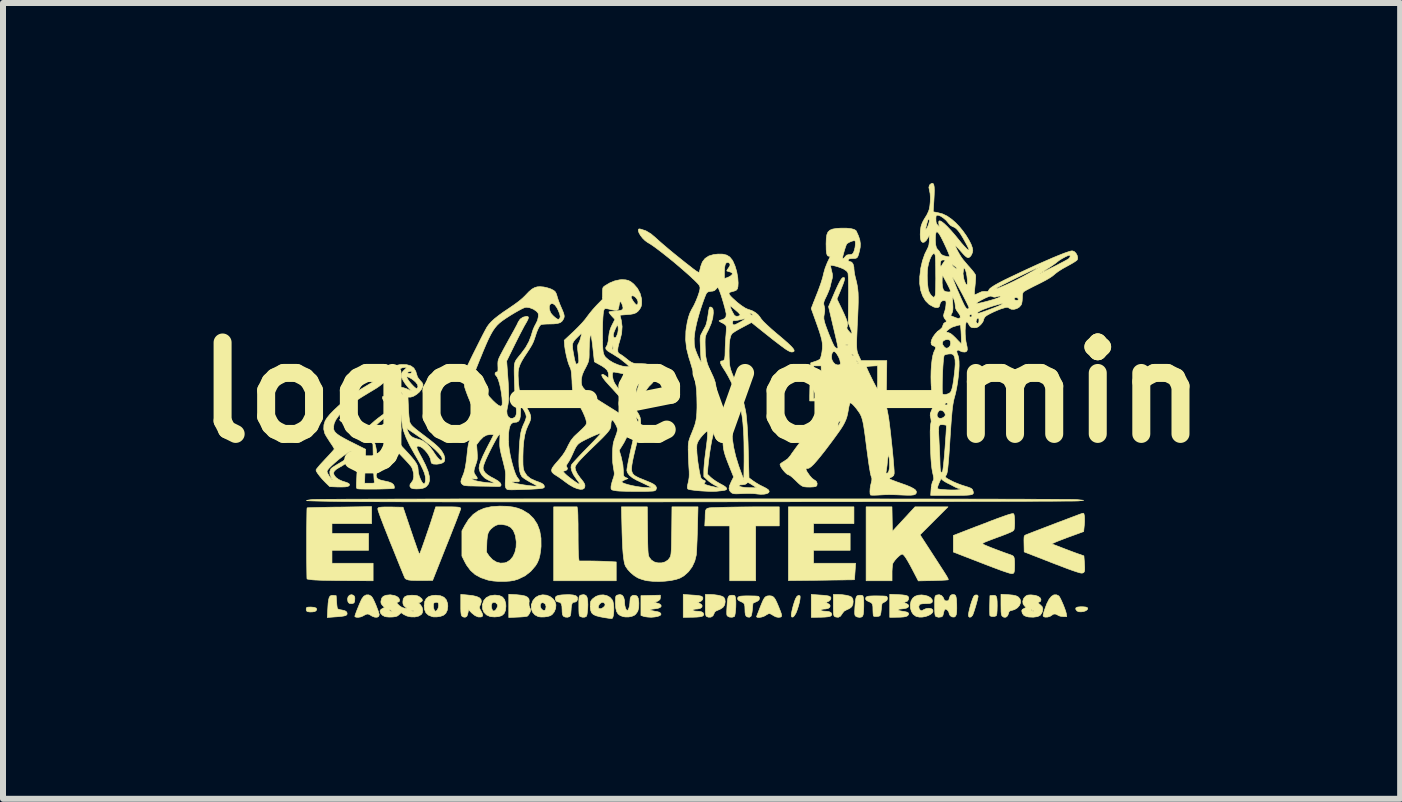
<source format=kicad_pcb>
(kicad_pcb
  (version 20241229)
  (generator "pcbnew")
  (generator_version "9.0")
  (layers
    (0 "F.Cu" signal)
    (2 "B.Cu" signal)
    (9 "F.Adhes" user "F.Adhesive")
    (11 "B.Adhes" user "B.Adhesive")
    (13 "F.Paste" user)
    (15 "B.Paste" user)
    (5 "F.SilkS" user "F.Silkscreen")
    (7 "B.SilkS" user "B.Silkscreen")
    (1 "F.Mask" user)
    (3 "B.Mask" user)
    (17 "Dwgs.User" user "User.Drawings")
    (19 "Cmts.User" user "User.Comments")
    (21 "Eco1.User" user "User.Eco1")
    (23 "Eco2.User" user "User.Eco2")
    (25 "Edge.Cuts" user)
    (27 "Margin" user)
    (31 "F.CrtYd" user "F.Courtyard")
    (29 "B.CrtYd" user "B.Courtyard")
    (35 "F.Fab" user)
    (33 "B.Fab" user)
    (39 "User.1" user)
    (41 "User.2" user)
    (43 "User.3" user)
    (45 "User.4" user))
  (footprint "logo-evo-min"
    (layer "F.Cu")
    (at 8.643 3.493)
    (property "Reference" "logo-evo-min" (at 0 0 0) (layer "F.SilkS") (effects (font (size 1.524 1.524) (thickness 0.3))))
    (attr through_hole)
    (fp_poly (pts (xy -6.457 3.58) (xy -6.424 3.592) (xy -6.413 3.612) (xy -6.425 3.637) (xy -6.448 3.65) (xy -6.486 3.656) (xy -6.528 3.657) (xy -6.564 3.652) (xy -6.577 3.646) (xy -6.588 3.627) (xy -6.589 3.605) (xy -6.585 3.588) (xy -6.573 3.579) (xy -6.548 3.576) (xy -6.51 3.575) (xy -6.457 3.58)) (stroke (width 0.01) (type solid)) (fill yes) (layer "F.SilkS"))
    (fp_poly (pts (xy -5.811 3.375) (xy -5.788 3.392) (xy -5.779 3.42) (xy -5.779 3.434) (xy -5.782 3.48) (xy -5.793 3.506) (xy -5.816 3.516) (xy -5.837 3.518) (xy -5.87 3.514) (xy -5.888 3.497) (xy -5.894 3.484) (xy -5.901 3.441) (xy -5.891 3.404) (xy -5.868 3.378) (xy -5.837 3.369) (xy -5.811 3.375)) (stroke (width 0.01) (type solid)) (fill yes) (layer "F.SilkS"))
    (fp_poly (pts (xy 6.363 3.571) (xy 6.405 3.575) (xy 6.428 3.583) (xy 6.437 3.597) (xy 6.437 3.598) (xy 6.429 3.619) (xy 6.404 3.637) (xy 6.367 3.65) (xy 6.326 3.655) (xy 6.287 3.653) (xy 6.258 3.64) (xy 6.256 3.638) (xy 6.236 3.609) (xy 6.24 3.589) (xy 6.268 3.575) (xy 6.318 3.57) (xy 6.363 3.571)) (stroke (width 0.01) (type solid)) (fill yes) (layer "F.SilkS"))
    (fp_poly (pts (xy -3.087 3.369) (xy -3.002 3.378) (xy -2.94 3.391) (xy -2.899 3.412) (xy -2.877 3.44) (xy -2.872 3.478) (xy -2.876 3.504) (xy -2.875 3.548) (xy -2.863 3.584) (xy -2.85 3.615) (xy -2.849 3.639) (xy -2.861 3.668) (xy -2.863 3.674) (xy -2.882 3.705) (xy -2.902 3.726) (xy -2.906 3.728) (xy -2.927 3.732) (xy -2.967 3.737) (xy -3.02 3.741) (xy -3.07 3.743) (xy -3.213 3.75) (xy -3.213 3.362) (xy -3.087 3.369)) (stroke (width 0.01) (type solid)) (fill yes) (layer "F.SilkS"))
    (fp_poly (pts (xy 1.636 3.385) (xy 1.641 3.388) (xy 1.644 3.407) (xy 1.641 3.444) (xy 1.632 3.493) (xy 1.618 3.548) (xy 1.601 3.604) (xy 1.583 3.654) (xy 1.57 3.683) (xy 1.545 3.722) (xy 1.523 3.742) (xy 1.505 3.741) (xy 1.496 3.723) (xy 1.496 3.7) (xy 1.503 3.658) (xy 1.514 3.606) (xy 1.529 3.549) (xy 1.546 3.494) (xy 1.562 3.448) (xy 1.566 3.438) (xy 1.588 3.4) (xy 1.613 3.381) (xy 1.636 3.385)) (stroke (width 0.01) (type solid)) (fill yes) (layer "F.SilkS"))
    (fp_poly (pts (xy 4.901 3.386) (xy 4.915 3.404) (xy 4.923 3.436) (xy 4.927 3.486) (xy 4.928 3.555) (xy 4.926 3.633) (xy 4.922 3.687) (xy 4.915 3.715) (xy 4.912 3.719) (xy 4.889 3.73) (xy 4.857 3.733) (xy 4.826 3.73) (xy 4.807 3.719) (xy 4.806 3.717) (xy 4.804 3.699) (xy 4.803 3.66) (xy 4.802 3.608) (xy 4.803 3.546) (xy 4.803 3.543) (xy 4.807 3.385) (xy 4.849 3.381) (xy 4.88 3.38) (xy 4.901 3.386)) (stroke (width 0.01) (type solid)) (fill yes) (layer "F.SilkS"))
    (fp_poly (pts (xy 1.295 2.223) (xy 0.902 2.223) (xy 0.902 3.137) (xy 0.47 3.137) (xy 0.47 2.223) (xy 0.054 2.223) (xy 0.06 2.099) (xy 0.061 2.04) (xy 0.063 1.995) (xy 0.068 1.964) (xy 0.08 1.942) (xy 0.101 1.929) (xy 0.135 1.921) (xy 0.186 1.918) (xy 0.255 1.916) (xy 0.333 1.913) (xy 0.42 1.911) (xy 0.526 1.909) (xy 0.642 1.907) (xy 0.762 1.906) (xy 0.878 1.905) (xy 0.943 1.905) (xy 1.295 1.905) (xy 1.295 2.223)) (stroke (width 0.01) (type solid)) (fill yes) (layer "F.SilkS"))
    (fp_poly (pts (xy -2.065 1.964) (xy -2.063 1.993) (xy -2.061 2.043) (xy -2.06 2.11) (xy -2.058 2.19) (xy -2.058 2.278) (xy -2.057 2.356) (xy -2.057 2.449) (xy -2.056 2.536) (xy -2.055 2.614) (xy -2.053 2.679) (xy -2.051 2.726) (xy -2.049 2.748) (xy -2.041 2.807) (xy -1.886 2.807) (xy -1.805 2.808) (xy -1.712 2.81) (xy -1.622 2.813) (xy -1.577 2.815) (xy -1.422 2.823) (xy -1.422 3.137) (xy -2.464 3.137) (xy -2.464 1.905) (xy -2.074 1.905) (xy -2.065 1.964)) (stroke (width 0.01) (type solid)) (fill yes) (layer "F.SilkS"))
    (fp_poly (pts (xy 2.54 2.184) (xy 1.867 2.184) (xy 1.867 2.349) (xy 2.477 2.349) (xy 2.477 2.629) (xy 1.867 2.629) (xy 1.867 2.845) (xy 2.568 2.845) (xy 2.559 2.981) (xy 2.555 3.037) (xy 2.552 3.082) (xy 2.549 3.111) (xy 2.548 3.119) (xy 2.536 3.12) (xy 2.5 3.121) (xy 2.444 3.121) (xy 2.371 3.123) (xy 2.283 3.124) (xy 2.182 3.125) (xy 2.072 3.127) (xy 1.997 3.128) (xy 1.448 3.134) (xy 1.448 1.905) (xy 2.54 1.905) (xy 2.54 2.184)) (stroke (width 0.01) (type solid)) (fill yes) (layer "F.SilkS"))
    (fp_poly (pts (xy 4.596 3.375) (xy 4.609 3.39) (xy 4.61 3.395) (xy 4.606 3.421) (xy 4.596 3.463) (xy 4.582 3.516) (xy 4.565 3.574) (xy 4.548 3.629) (xy 4.532 3.676) (xy 4.52 3.708) (xy 4.516 3.715) (xy 4.492 3.74) (xy 4.468 3.745) (xy 4.451 3.73) (xy 4.45 3.727) (xy 4.448 3.703) (xy 4.455 3.66) (xy 4.467 3.607) (xy 4.482 3.548) (xy 4.5 3.49) (xy 4.518 3.439) (xy 4.535 3.401) (xy 4.546 3.385) (xy 4.571 3.373) (xy 4.596 3.375)) (stroke (width 0.01) (type solid)) (fill yes) (layer "F.SilkS"))
    (fp_poly (pts (xy 5.114 3.369) (xy 5.189 3.376) (xy 5.243 3.388) (xy 5.28 3.408) (xy 5.304 3.435) (xy 5.314 3.458) (xy 5.317 3.502) (xy 5.3 3.547) (xy 5.266 3.587) (xy 5.218 3.617) (xy 5.171 3.631) (xy 5.139 3.64) (xy 5.123 3.658) (xy 5.117 3.682) (xy 5.1 3.722) (xy 5.073 3.744) (xy 5.04 3.745) (xy 5.011 3.727) (xy 5.003 3.714) (xy 4.997 3.691) (xy 4.993 3.656) (xy 4.992 3.604) (xy 4.991 3.534) (xy 4.991 3.362) (xy 5.114 3.369)) (stroke (width 0.01) (type solid)) (fill yes) (layer "F.SilkS"))
    (fp_poly (pts (xy 0.208 3.369) (xy 0.274 3.378) (xy 0.328 3.391) (xy 0.365 3.408) (xy 0.371 3.412) (xy 0.389 3.445) (xy 0.394 3.487) (xy 0.385 3.54) (xy 0.357 3.581) (xy 0.307 3.613) (xy 0.277 3.625) (xy 0.239 3.642) (xy 0.218 3.66) (xy 0.209 3.684) (xy 0.19 3.722) (xy 0.156 3.743) (xy 0.115 3.744) (xy 0.086 3.733) (xy 0.077 3.725) (xy 0.071 3.71) (xy 0.067 3.685) (xy 0.064 3.646) (xy 0.064 3.587) (xy 0.064 3.543) (xy 0.064 3.365) (xy 0.138 3.365) (xy 0.208 3.369)) (stroke (width 0.01) (type solid)) (fill yes) (layer "F.SilkS"))
    (fp_poly (pts (xy 0.54 3.38) (xy 0.556 3.39) (xy 0.565 3.415) (xy 0.566 3.423) (xy 0.571 3.465) (xy 0.572 3.517) (xy 0.571 3.575) (xy 0.567 3.632) (xy 0.561 3.682) (xy 0.554 3.718) (xy 0.546 3.734) (xy 0.509 3.745) (xy 0.466 3.742) (xy 0.439 3.729) (xy 0.428 3.72) (xy 0.422 3.706) (xy 0.42 3.682) (xy 0.42 3.644) (xy 0.423 3.587) (xy 0.424 3.569) (xy 0.429 3.496) (xy 0.435 3.444) (xy 0.444 3.41) (xy 0.458 3.39) (xy 0.477 3.381) (xy 0.505 3.378) (xy 0.508 3.378) (xy 0.54 3.38)) (stroke (width 0.01) (type solid)) (fill yes) (layer "F.SilkS"))
    (fp_poly (pts (xy -6.137 3.381) (xy -6.09 3.385) (xy -6.083 3.486) (xy -6.079 3.536) (xy -6.074 3.576) (xy -6.069 3.6) (xy -6.068 3.602) (xy -6.051 3.612) (xy -6.017 3.621) (xy -5.996 3.624) (xy -5.943 3.637) (xy -5.913 3.659) (xy -5.907 3.689) (xy -5.908 3.691) (xy -5.914 3.705) (xy -5.931 3.716) (xy -5.961 3.724) (xy -6.007 3.731) (xy -6.074 3.737) (xy -6.107 3.739) (xy -6.238 3.749) (xy -6.229 3.592) (xy -6.224 3.512) (xy -6.216 3.454) (xy -6.206 3.416) (xy -6.191 3.392) (xy -6.169 3.382) (xy -6.141 3.38) (xy -6.137 3.381)) (stroke (width 0.01) (type solid)) (fill yes) (layer "F.SilkS"))
    (fp_poly (pts (xy 2.342 3.369) (xy 2.407 3.378) (xy 2.462 3.391) (xy 2.499 3.408) (xy 2.504 3.412) (xy 2.522 3.442) (xy 2.527 3.485) (xy 2.522 3.53) (xy 2.505 3.567) (xy 2.504 3.569) (xy 2.478 3.591) (xy 2.44 3.612) (xy 2.425 3.618) (xy 2.379 3.642) (xy 2.351 3.675) (xy 2.347 3.682) (xy 2.316 3.727) (xy 2.279 3.746) (xy 2.237 3.741) (xy 2.219 3.733) (xy 2.21 3.725) (xy 2.204 3.71) (xy 2.2 3.685) (xy 2.198 3.646) (xy 2.197 3.587) (xy 2.197 3.543) (xy 2.197 3.365) (xy 2.272 3.365) (xy 2.342 3.369)) (stroke (width 0.01) (type solid)) (fill yes) (layer "F.SilkS"))
    (fp_poly (pts (xy -1.946 3.373) (xy -1.923 3.386) (xy -1.909 3.411) (xy -1.901 3.442) (xy -1.897 3.484) (xy -1.895 3.538) (xy -1.897 3.595) (xy -1.902 3.65) (xy -1.908 3.696) (xy -1.916 3.724) (xy -1.919 3.729) (xy -1.945 3.743) (xy -1.982 3.745) (xy -2.018 3.735) (xy -2.022 3.733) (xy -2.032 3.725) (xy -2.038 3.709) (xy -2.042 3.683) (xy -2.044 3.642) (xy -2.045 3.581) (xy -2.045 3.555) (xy -2.045 3.488) (xy -2.044 3.442) (xy -2.041 3.412) (xy -2.036 3.394) (xy -2.028 3.384) (xy -2.016 3.377) (xy -2.012 3.376) (xy -1.968 3.368) (xy -1.946 3.373)) (stroke (width 0.01) (type solid)) (fill yes) (layer "F.SilkS"))
    (fp_poly (pts (xy 2.674 3.38) (xy 2.69 3.39) (xy 2.698 3.415) (xy 2.699 3.422) (xy 2.702 3.453) (xy 2.704 3.502) (xy 2.704 3.56) (xy 2.703 3.594) (xy 2.7 3.658) (xy 2.694 3.702) (xy 2.684 3.728) (xy 2.667 3.741) (xy 2.641 3.746) (xy 2.628 3.746) (xy 2.593 3.74) (xy 2.572 3.729) (xy 2.562 3.72) (xy 2.556 3.706) (xy 2.553 3.682) (xy 2.553 3.644) (xy 2.556 3.587) (xy 2.557 3.569) (xy 2.563 3.496) (xy 2.569 3.444) (xy 2.578 3.41) (xy 2.591 3.39) (xy 2.611 3.381) (xy 2.638 3.378) (xy 2.641 3.378) (xy 2.674 3.38)) (stroke (width 0.01) (type solid)) (fill yes) (layer "F.SilkS"))
    (fp_poly (pts (xy 5.954 3.389) (xy 5.967 3.406) (xy 5.986 3.441) (xy 6.008 3.489) (xy 6.031 3.542) (xy 6.052 3.596) (xy 6.069 3.644) (xy 6.079 3.68) (xy 6.08 3.686) (xy 6.087 3.734) (xy 6.031 3.734) (xy 5.99 3.73) (xy 5.956 3.72) (xy 5.95 3.716) (xy 5.906 3.693) (xy 5.871 3.691) (xy 5.841 3.709) (xy 5.809 3.73) (xy 5.767 3.742) (xy 5.726 3.743) (xy 5.703 3.735) (xy 5.695 3.726) (xy 5.693 3.71) (xy 5.699 3.682) (xy 5.712 3.637) (xy 5.719 3.617) (xy 5.755 3.519) (xy 5.793 3.445) (xy 5.832 3.397) (xy 5.873 3.372) (xy 5.916 3.371) (xy 5.954 3.389)) (stroke (width 0.01) (type solid)) (fill yes) (layer "F.SilkS"))
    (fp_poly (pts (xy -5.507 3.393) (xy -5.488 3.415) (xy -5.472 3.443) (xy -5.451 3.487) (xy -5.428 3.54) (xy -5.407 3.595) (xy -5.388 3.645) (xy -5.376 3.685) (xy -5.372 3.705) (xy -5.382 3.732) (xy -5.408 3.745) (xy -5.446 3.744) (xy -5.489 3.728) (xy -5.512 3.714) (xy -5.541 3.697) (xy -5.564 3.691) (xy -5.591 3.696) (xy -5.628 3.715) (xy -5.652 3.728) (xy -5.683 3.74) (xy -5.72 3.746) (xy -5.753 3.745) (xy -5.774 3.738) (xy -5.779 3.73) (xy -5.774 3.711) (xy -5.761 3.674) (xy -5.743 3.626) (xy -5.721 3.572) (xy -5.699 3.518) (xy -5.678 3.471) (xy -5.662 3.438) (xy -5.63 3.395) (xy -5.59 3.373) (xy -5.547 3.372) (xy -5.507 3.393)) (stroke (width 0.01) (type solid)) (fill yes) (layer "F.SilkS"))
    (fp_poly (pts (xy -3.915 3.373) (xy -3.821 3.383) (xy -3.75 3.399) (xy -3.703 3.42) (xy -3.676 3.448) (xy -3.67 3.483) (xy -3.682 3.527) (xy -3.69 3.545) (xy -3.701 3.569) (xy -3.702 3.589) (xy -3.691 3.614) (xy -3.677 3.638) (xy -3.654 3.684) (xy -3.647 3.714) (xy -3.656 3.733) (xy -3.677 3.741) (xy -3.723 3.74) (xy -3.775 3.718) (xy -3.829 3.675) (xy -3.836 3.668) (xy -3.883 3.619) (xy -3.892 3.667) (xy -3.901 3.703) (xy -3.912 3.728) (xy -3.914 3.731) (xy -3.941 3.745) (xy -3.973 3.74) (xy -3.993 3.727) (xy -4.002 3.713) (xy -4.007 3.691) (xy -4.011 3.656) (xy -4.013 3.603) (xy -4.013 3.536) (xy -4.013 3.364) (xy -3.915 3.373)) (stroke (width 0.01) (type solid)) (fill yes) (layer "F.SilkS"))
    (fp_poly (pts (xy -2.14 3.374) (xy -2.094 3.387) (xy -2.071 3.408) (xy -2.07 3.41) (xy -2.066 3.446) (xy -2.079 3.476) (xy -2.105 3.492) (xy -2.113 3.493) (xy -2.138 3.496) (xy -2.155 3.511) (xy -2.165 3.54) (xy -2.172 3.588) (xy -2.174 3.623) (xy -2.179 3.682) (xy -2.187 3.718) (xy -2.197 3.734) (xy -2.233 3.745) (xy -2.273 3.742) (xy -2.304 3.727) (xy -2.317 3.702) (xy -2.323 3.659) (xy -2.324 3.624) (xy -2.327 3.561) (xy -2.338 3.52) (xy -2.357 3.498) (xy -2.379 3.493) (xy -2.416 3.482) (xy -2.436 3.454) (xy -2.438 3.434) (xy -2.434 3.409) (xy -2.416 3.392) (xy -2.383 3.38) (xy -2.33 3.373) (xy -2.297 3.371) (xy -2.208 3.368) (xy -2.14 3.374)) (stroke (width 0.01) (type solid)) (fill yes) (layer "F.SilkS"))
    (fp_poly (pts (xy -0.686 3.416) (xy -0.692 3.447) (xy -0.716 3.469) (xy -0.723 3.473) (xy -0.756 3.487) (xy -0.784 3.494) (xy -0.786 3.497) (xy -0.768 3.502) (xy -0.75 3.506) (xy -0.701 3.522) (xy -0.676 3.542) (xy -0.673 3.563) (xy -0.691 3.583) (xy -0.731 3.598) (xy -0.774 3.604) (xy -0.824 3.61) (xy -0.849 3.617) (xy -0.85 3.626) (xy -0.826 3.635) (xy -0.778 3.645) (xy -0.744 3.65) (xy -0.701 3.662) (xy -0.679 3.681) (xy -0.677 3.702) (xy -0.694 3.717) (xy -0.73 3.731) (xy -0.778 3.74) (xy -0.834 3.745) (xy -0.845 3.745) (xy -0.895 3.742) (xy -0.942 3.736) (xy -0.965 3.73) (xy -1.01 3.715) (xy -1.01 3.385) (xy -0.848 3.381) (xy -0.686 3.377) (xy -0.686 3.416)) (stroke (width 0.01) (type solid)) (fill yes) (layer "F.SilkS"))
    (fp_poly (pts (xy 0.846 3.39) (xy 0.898 3.391) (xy 0.935 3.394) (xy 0.952 3.397) (xy 0.952 3.397) (xy 0.963 3.415) (xy 0.965 3.434) (xy 0.958 3.456) (xy 0.934 3.476) (xy 0.911 3.487) (xy 0.857 3.512) (xy 0.848 3.611) (xy 0.842 3.661) (xy 0.834 3.702) (xy 0.826 3.726) (xy 0.824 3.729) (xy 0.797 3.745) (xy 0.764 3.74) (xy 0.744 3.727) (xy 0.731 3.703) (xy 0.725 3.661) (xy 0.724 3.622) (xy 0.722 3.566) (xy 0.715 3.53) (xy 0.7 3.507) (xy 0.673 3.492) (xy 0.66 3.487) (xy 0.62 3.467) (xy 0.601 3.443) (xy 0.604 3.418) (xy 0.611 3.409) (xy 0.625 3.4) (xy 0.648 3.394) (xy 0.684 3.391) (xy 0.739 3.389) (xy 0.786 3.389) (xy 0.846 3.39)) (stroke (width 0.01) (type solid)) (fill yes) (layer "F.SilkS"))
    (fp_poly (pts (xy 3.277 3.368) (xy 3.351 3.373) (xy 3.402 3.38) (xy 3.434 3.391) (xy 3.45 3.409) (xy 3.452 3.433) (xy 3.449 3.447) (xy 3.434 3.475) (xy 3.402 3.488) (xy 3.4 3.489) (xy 3.36 3.497) (xy 3.404 3.512) (xy 3.44 3.531) (xy 3.453 3.554) (xy 3.444 3.576) (xy 3.415 3.593) (xy 3.373 3.602) (xy 3.328 3.607) (xy 3.326 3.607) (xy 3.294 3.61) (xy 3.278 3.617) (xy 3.277 3.619) (xy 3.282 3.628) (xy 3.3 3.636) (xy 3.336 3.643) (xy 3.383 3.65) (xy 3.429 3.661) (xy 3.451 3.677) (xy 3.45 3.7) (xy 3.447 3.705) (xy 3.431 3.722) (xy 3.406 3.733) (xy 3.368 3.74) (xy 3.312 3.744) (xy 3.254 3.745) (xy 3.137 3.747) (xy 3.137 3.362) (xy 3.277 3.368)) (stroke (width 0.01) (type solid)) (fill yes) (layer "F.SilkS"))
    (fp_poly (pts (xy -2.584 3.377) (xy -2.525 3.4) (xy -2.474 3.44) (xy -2.442 3.485) (xy -2.427 3.539) (xy -2.432 3.598) (xy -2.454 3.654) (xy -2.49 3.699) (xy -2.52 3.719) (xy -2.563 3.732) (xy -2.619 3.74) (xy -2.676 3.741) (xy -2.721 3.735) (xy -2.723 3.734) (xy -2.778 3.705) (xy -2.817 3.66) (xy -2.837 3.604) (xy -2.837 3.541) (xy -2.836 3.538) (xy -2.688 3.538) (xy -2.687 3.57) (xy -2.674 3.599) (xy -2.654 3.621) (xy -2.63 3.632) (xy -2.609 3.627) (xy -2.599 3.612) (xy -2.591 3.568) (xy -2.602 3.53) (xy -2.618 3.513) (xy -2.65 3.5) (xy -2.675 3.511) (xy -2.688 3.538) (xy -2.836 3.538) (xy -2.815 3.477) (xy -2.806 3.461) (xy -2.764 3.413) (xy -2.709 3.383) (xy -2.648 3.371) (xy -2.584 3.377)) (stroke (width 0.01) (type solid)) (fill yes) (layer "F.SilkS"))
    (fp_poly (pts (xy -4.351 3.387) (xy -4.293 3.412) (xy -4.254 3.455) (xy -4.233 3.515) (xy -4.229 3.56) (xy -4.238 3.628) (xy -4.263 3.68) (xy -4.303 3.713) (xy -4.352 3.73) (xy -4.411 3.739) (xy -4.468 3.739) (xy -4.489 3.735) (xy -4.552 3.71) (xy -4.594 3.671) (xy -4.617 3.616) (xy -4.623 3.556) (xy -4.622 3.551) (xy -4.47 3.551) (xy -4.466 3.592) (xy -4.454 3.626) (xy -4.438 3.644) (xy -4.433 3.645) (xy -4.417 3.636) (xy -4.401 3.617) (xy -4.388 3.586) (xy -4.382 3.549) (xy -4.385 3.516) (xy -4.395 3.498) (xy -4.417 3.495) (xy -4.439 3.498) (xy -4.461 3.508) (xy -4.469 3.529) (xy -4.47 3.551) (xy -4.622 3.551) (xy -4.615 3.486) (xy -4.59 3.435) (xy -4.547 3.4) (xy -4.485 3.382) (xy -4.428 3.378) (xy -4.351 3.387)) (stroke (width 0.01) (type solid)) (fill yes) (layer "F.SilkS"))
    (fp_poly (pts (xy -3.368 3.384) (xy -3.316 3.409) (xy -3.282 3.453) (xy -3.264 3.515) (xy -3.261 3.561) (xy -3.268 3.632) (xy -3.291 3.684) (xy -3.328 3.717) (xy -3.329 3.718) (xy -3.383 3.734) (xy -3.449 3.74) (xy -3.512 3.735) (xy -3.524 3.733) (xy -3.584 3.706) (xy -3.627 3.663) (xy -3.65 3.606) (xy -3.652 3.539) (xy -3.652 3.534) (xy -3.503 3.534) (xy -3.502 3.577) (xy -3.492 3.613) (xy -3.475 3.639) (xy -3.453 3.64) (xy -3.428 3.619) (xy -3.413 3.595) (xy -3.4 3.563) (xy -3.4 3.541) (xy -3.409 3.525) (xy -3.436 3.499) (xy -3.468 3.496) (xy -3.487 3.506) (xy -3.503 3.534) (xy -3.652 3.534) (xy -3.651 3.531) (xy -3.629 3.466) (xy -3.589 3.419) (xy -3.53 3.388) (xy -3.454 3.376) (xy -3.438 3.376) (xy -3.368 3.384)) (stroke (width 0.01) (type solid)) (fill yes) (layer "F.SilkS"))
    (fp_poly (pts (xy -0.175 3.374) (xy -0.1 3.379) (xy -0.046 3.385) (xy -0.011 3.392) (xy 0.01 3.402) (xy 0.02 3.415) (xy 0.023 3.425) (xy 0.016 3.453) (xy -0.009 3.477) (xy -0.043 3.492) (xy -0.057 3.493) (xy -0.066 3.497) (xy -0.051 3.506) (xy -0.038 3.51) (xy -0.002 3.531) (xy 0.011 3.555) (xy 0.004 3.579) (xy -0.022 3.598) (xy -0.066 3.607) (xy -0.075 3.607) (xy -0.113 3.61) (xy -0.138 3.618) (xy -0.145 3.627) (xy -0.133 3.637) (xy -0.108 3.642) (xy -0.07 3.645) (xy -0.059 3.645) (xy -0.009 3.651) (xy 0.024 3.668) (xy 0.037 3.693) (xy 0.036 3.703) (xy 0.028 3.718) (xy 0.009 3.73) (xy -0.024 3.737) (xy -0.075 3.742) (xy -0.147 3.745) (xy -0.175 3.745) (xy -0.305 3.747) (xy -0.305 3.365) (xy -0.175 3.374)) (stroke (width 0.01) (type solid)) (fill yes) (layer "F.SilkS"))
    (fp_poly (pts (xy 1.959 3.374) (xy 2.034 3.379) (xy 2.087 3.385) (xy 2.122 3.392) (xy 2.143 3.402) (xy 2.154 3.415) (xy 2.157 3.425) (xy 2.149 3.453) (xy 2.124 3.477) (xy 2.09 3.492) (xy 2.077 3.493) (xy 2.067 3.497) (xy 2.083 3.506) (xy 2.095 3.51) (xy 2.131 3.531) (xy 2.144 3.555) (xy 2.137 3.579) (xy 2.111 3.598) (xy 2.068 3.607) (xy 2.058 3.607) (xy 2.021 3.61) (xy 1.996 3.618) (xy 1.988 3.627) (xy 2 3.637) (xy 2.026 3.642) (xy 2.064 3.645) (xy 2.075 3.645) (xy 2.125 3.651) (xy 2.158 3.668) (xy 2.17 3.693) (xy 2.17 3.703) (xy 2.162 3.718) (xy 2.143 3.73) (xy 2.11 3.737) (xy 2.059 3.742) (xy 1.987 3.745) (xy 1.959 3.745) (xy 1.829 3.747) (xy 1.829 3.365) (xy 1.959 3.374)) (stroke (width 0.01) (type solid)) (fill yes) (layer "F.SilkS"))
    (fp_poly (pts (xy 1.161 3.39) (xy 1.186 3.398) (xy 1.208 3.417) (xy 1.23 3.448) (xy 1.254 3.497) (xy 1.283 3.565) (xy 1.289 3.58) (xy 1.315 3.645) (xy 1.331 3.691) (xy 1.335 3.72) (xy 1.329 3.737) (xy 1.311 3.744) (xy 1.282 3.746) (xy 1.276 3.746) (xy 1.239 3.739) (xy 1.2 3.719) (xy 1.194 3.715) (xy 1.162 3.695) (xy 1.136 3.684) (xy 1.13 3.683) (xy 1.108 3.69) (xy 1.076 3.708) (xy 1.067 3.715) (xy 1.036 3.731) (xy 1 3.742) (xy 0.963 3.748) (xy 0.934 3.747) (xy 0.918 3.739) (xy 0.918 3.731) (xy 0.925 3.713) (xy 0.939 3.677) (xy 0.958 3.628) (xy 0.977 3.579) (xy 1.006 3.507) (xy 1.029 3.455) (xy 1.05 3.421) (xy 1.071 3.401) (xy 1.094 3.391) (xy 1.122 3.388) (xy 1.129 3.387) (xy 1.161 3.39)) (stroke (width 0.01) (type solid)) (fill yes) (layer "F.SilkS"))
    (fp_poly (pts (xy 3.724 3.38) (xy 3.776 3.395) (xy 3.818 3.42) (xy 3.843 3.45) (xy 3.848 3.474) (xy 3.844 3.495) (xy 3.828 3.508) (xy 3.798 3.515) (xy 3.747 3.518) (xy 3.729 3.518) (xy 3.684 3.52) (xy 3.649 3.526) (xy 3.635 3.533) (xy 3.621 3.563) (xy 3.625 3.598) (xy 3.642 3.623) (xy 3.659 3.636) (xy 3.676 3.635) (xy 3.702 3.619) (xy 3.743 3.601) (xy 3.787 3.595) (xy 3.826 3.6) (xy 3.848 3.614) (xy 3.859 3.641) (xy 3.848 3.669) (xy 3.821 3.694) (xy 3.781 3.716) (xy 3.733 3.733) (xy 3.68 3.742) (xy 3.628 3.742) (xy 3.581 3.732) (xy 3.572 3.728) (xy 3.528 3.696) (xy 3.498 3.648) (xy 3.482 3.592) (xy 3.48 3.532) (xy 3.492 3.475) (xy 3.519 3.428) (xy 3.558 3.396) (xy 3.61 3.378) (xy 3.667 3.373) (xy 3.724 3.38)) (stroke (width 0.01) (type solid)) (fill yes) (layer "F.SilkS"))
    (fp_poly (pts (xy -1.323 3.378) (xy -1.298 3.411) (xy -1.284 3.465) (xy -1.283 3.498) (xy -1.279 3.548) (xy -1.268 3.591) (xy -1.254 3.621) (xy -1.238 3.632) (xy -1.223 3.621) (xy -1.21 3.59) (xy -1.199 3.548) (xy -1.194 3.501) (xy -1.194 3.49) (xy -1.189 3.433) (xy -1.174 3.398) (xy -1.147 3.381) (xy -1.126 3.378) (xy -1.092 3.383) (xy -1.069 3.399) (xy -1.055 3.43) (xy -1.047 3.481) (xy -1.045 3.509) (xy -1.047 3.586) (xy -1.063 3.646) (xy -1.096 3.692) (xy -1.118 3.711) (xy -1.159 3.729) (xy -1.213 3.74) (xy -1.271 3.74) (xy -1.305 3.735) (xy -1.355 3.717) (xy -1.391 3.69) (xy -1.415 3.651) (xy -1.429 3.595) (xy -1.435 3.52) (xy -1.435 3.489) (xy -1.434 3.439) (xy -1.432 3.408) (xy -1.425 3.391) (xy -1.413 3.38) (xy -1.404 3.376) (xy -1.359 3.366) (xy -1.323 3.378)) (stroke (width 0.01) (type solid)) (fill yes) (layer "F.SilkS"))
    (fp_poly (pts (xy 2.98 3.39) (xy 3.032 3.391) (xy 3.069 3.394) (xy 3.086 3.397) (xy 3.086 3.397) (xy 3.096 3.415) (xy 3.099 3.436) (xy 3.089 3.464) (xy 3.059 3.487) (xy 3.058 3.487) (xy 3.029 3.503) (xy 3.011 3.513) (xy 3.01 3.514) (xy 3.006 3.528) (xy 3.002 3.561) (xy 2.997 3.607) (xy 2.996 3.615) (xy 2.989 3.673) (xy 2.979 3.71) (xy 2.971 3.722) (xy 2.946 3.73) (xy 2.911 3.733) (xy 2.88 3.731) (xy 2.866 3.725) (xy 2.862 3.709) (xy 2.859 3.675) (xy 2.857 3.63) (xy 2.857 3.627) (xy 2.856 3.57) (xy 2.849 3.533) (xy 2.835 3.509) (xy 2.811 3.494) (xy 2.793 3.487) (xy 2.753 3.467) (xy 2.734 3.443) (xy 2.738 3.418) (xy 2.745 3.409) (xy 2.759 3.4) (xy 2.782 3.394) (xy 2.818 3.391) (xy 2.873 3.389) (xy 2.919 3.389) (xy 2.98 3.39)) (stroke (width 0.01) (type solid)) (fill yes) (layer "F.SilkS"))
    (fp_poly (pts (xy -1.577 3.385) (xy -1.526 3.413) (xy -1.489 3.455) (xy -1.477 3.48) (xy -1.468 3.522) (xy -1.463 3.573) (xy -1.462 3.628) (xy -1.465 3.681) (xy -1.472 3.726) (xy -1.482 3.756) (xy -1.493 3.766) (xy -1.51 3.766) (xy -1.546 3.762) (xy -1.593 3.755) (xy -1.608 3.753) (xy -1.694 3.737) (xy -1.758 3.72) (xy -1.803 3.699) (xy -1.832 3.671) (xy -1.847 3.633) (xy -1.854 3.584) (xy -1.854 3.566) (xy -1.721 3.566) (xy -1.718 3.591) (xy -1.7 3.604) (xy -1.672 3.602) (xy -1.639 3.582) (xy -1.631 3.575) (xy -1.61 3.551) (xy -1.608 3.531) (xy -1.613 3.517) (xy -1.635 3.497) (xy -1.664 3.498) (xy -1.695 3.52) (xy -1.704 3.531) (xy -1.721 3.566) (xy -1.854 3.566) (xy -1.854 3.559) (xy -1.853 3.513) (xy -1.848 3.483) (xy -1.835 3.46) (xy -1.812 3.435) (xy -1.759 3.397) (xy -1.699 3.376) (xy -1.637 3.372) (xy -1.577 3.385)) (stroke (width 0.01) (type solid)) (fill yes) (layer "F.SilkS"))
    (fp_poly (pts (xy 3.181 2.313) (xy 3.37 2.109) (xy 3.558 1.905) (xy 4.108 1.905) (xy 3.875 2.138) (xy 3.642 2.371) (xy 3.864 2.713) (xy 3.93 2.815) (xy 3.984 2.899) (xy 4.027 2.965) (xy 4.059 3.016) (xy 4.083 3.054) (xy 4.098 3.081) (xy 4.108 3.1) (xy 4.112 3.111) (xy 4.112 3.118) (xy 4.11 3.121) (xy 4.095 3.123) (xy 4.06 3.126) (xy 4.007 3.129) (xy 3.94 3.131) (xy 3.865 3.134) (xy 3.858 3.134) (xy 3.613 3.139) (xy 3.532 2.983) (xy 3.481 2.886) (xy 3.439 2.811) (xy 3.405 2.755) (xy 3.378 2.718) (xy 3.357 2.698) (xy 3.343 2.692) (xy 3.321 2.702) (xy 3.29 2.726) (xy 3.255 2.759) (xy 3.223 2.796) (xy 3.198 2.831) (xy 3.188 2.849) (xy 3.183 2.877) (xy 3.178 2.923) (xy 3.175 2.979) (xy 3.175 3.011) (xy 3.175 3.137) (xy 2.743 3.137) (xy 2.743 1.905) (xy 3.174 1.905) (xy 3.181 2.313)) (stroke (width 0.01) (type solid)) (fill yes) (layer "F.SilkS"))
    (fp_poly (pts (xy -5.499 2.184) (xy -6.16 2.184) (xy -6.16 2.349) (xy -5.55 2.349) (xy -5.55 2.629) (xy -6.16 2.629) (xy -6.16 2.845) (xy -5.474 2.845) (xy -5.474 3.137) (xy -5.883 3.135) (xy -5.99 3.134) (xy -6.096 3.133) (xy -6.196 3.131) (xy -6.285 3.13) (xy -6.36 3.128) (xy -6.415 3.125) (xy -6.429 3.125) (xy -6.486 3.121) (xy -6.533 3.115) (xy -6.564 3.11) (xy -6.575 3.107) (xy -6.577 3.093) (xy -6.578 3.056) (xy -6.579 3.001) (xy -6.58 2.929) (xy -6.581 2.844) (xy -6.582 2.749) (xy -6.582 2.647) (xy -6.582 2.541) (xy -6.582 2.435) (xy -6.582 2.331) (xy -6.581 2.232) (xy -6.58 2.142) (xy -6.579 2.063) (xy -6.578 1.998) (xy -6.577 1.952) (xy -6.575 1.926) (xy -6.574 1.922) (xy -6.561 1.92) (xy -6.524 1.919) (xy -6.468 1.917) (xy -6.394 1.915) (xy -6.306 1.913) (xy -6.205 1.911) (xy -6.095 1.909) (xy -6.034 1.909) (xy -5.499 1.901) (xy -5.499 2.184)) (stroke (width 0.01) (type solid)) (fill yes) (layer "F.SilkS"))
    (fp_poly (pts (xy 5.498 3.373) (xy 5.561 3.38) (xy 5.612 3.397) (xy 5.645 3.422) (xy 5.658 3.453) (xy 5.658 3.455) (xy 5.649 3.481) (xy 5.627 3.492) (xy 5.61 3.497) (xy 5.608 3.505) (xy 5.623 3.519) (xy 5.643 3.535) (xy 5.677 3.568) (xy 5.689 3.605) (xy 5.681 3.65) (xy 5.669 3.678) (xy 5.643 3.714) (xy 5.603 3.733) (xy 5.603 3.734) (xy 5.53 3.744) (xy 5.454 3.741) (xy 5.415 3.733) (xy 5.374 3.715) (xy 5.35 3.685) (xy 5.34 3.655) (xy 5.338 3.63) (xy 5.342 3.625) (xy 5.49 3.625) (xy 5.499 3.632) (xy 5.522 3.643) (xy 5.531 3.645) (xy 5.533 3.639) (xy 5.524 3.632) (xy 5.501 3.621) (xy 5.493 3.62) (xy 5.49 3.625) (xy 5.342 3.625) (xy 5.35 3.613) (xy 5.372 3.601) (xy 5.411 3.58) (xy 5.383 3.557) (xy 5.359 3.523) (xy 5.354 3.48) (xy 5.367 3.435) (xy 5.389 3.407) (xy 5.412 3.387) (xy 5.438 3.376) (xy 5.474 3.373) (xy 5.498 3.373)) (stroke (width 0.01) (type solid)) (fill yes) (layer "F.SilkS"))
    (fp_poly (pts (xy 4.215 3.369) (xy 4.232 3.381) (xy 4.242 3.406) (xy 4.249 3.448) (xy 4.252 3.511) (xy 4.253 3.518) (xy 4.254 3.599) (xy 4.252 3.658) (xy 4.246 3.699) (xy 4.235 3.724) (xy 4.219 3.738) (xy 4.209 3.742) (xy 4.175 3.739) (xy 4.145 3.72) (xy 4.128 3.691) (xy 4.128 3.682) (xy 4.119 3.654) (xy 4.1 3.628) (xy 4.077 3.611) (xy 4.061 3.61) (xy 4.047 3.627) (xy 4.036 3.662) (xy 4.033 3.674) (xy 4.024 3.713) (xy 4.01 3.733) (xy 3.997 3.739) (xy 3.951 3.745) (xy 3.915 3.736) (xy 3.908 3.733) (xy 3.899 3.725) (xy 3.893 3.709) (xy 3.889 3.683) (xy 3.887 3.642) (xy 3.886 3.581) (xy 3.886 3.555) (xy 3.886 3.488) (xy 3.887 3.441) (xy 3.89 3.412) (xy 3.895 3.394) (xy 3.903 3.384) (xy 3.915 3.377) (xy 3.917 3.376) (xy 3.961 3.369) (xy 4 3.383) (xy 4.029 3.417) (xy 4.034 3.43) (xy 4.048 3.46) (xy 4.067 3.472) (xy 4.084 3.473) (xy 4.11 3.47) (xy 4.123 3.453) (xy 4.129 3.431) (xy 4.145 3.388) (xy 4.173 3.368) (xy 4.191 3.366) (xy 4.215 3.369)) (stroke (width 0.01) (type solid)) (fill yes) (layer "F.SilkS"))
    (fp_poly (pts (xy 6.374 2.022) (xy 6.38 2.051) (xy 6.382 2.06) (xy 6.384 2.1) (xy 6.384 2.154) (xy 6.38 2.211) (xy 6.379 2.216) (xy 6.369 2.317) (xy 6.166 2.391) (xy 6.094 2.417) (xy 6.024 2.444) (xy 5.964 2.467) (xy 5.919 2.485) (xy 5.9 2.493) (xy 5.837 2.522) (xy 5.989 2.58) (xy 6.061 2.608) (xy 6.138 2.637) (xy 6.21 2.664) (xy 6.257 2.681) (xy 6.373 2.722) (xy 6.382 2.84) (xy 6.386 2.909) (xy 6.386 2.956) (xy 6.38 2.986) (xy 6.367 3.002) (xy 6.346 3.009) (xy 6.327 3.009) (xy 6.302 3.004) (xy 6.256 2.99) (xy 6.19 2.968) (xy 6.106 2.938) (xy 6.007 2.9) (xy 5.893 2.857) (xy 5.829 2.832) (xy 5.378 2.656) (xy 5.375 2.522) (xy 5.374 2.462) (xy 5.375 2.422) (xy 5.378 2.397) (xy 5.385 2.384) (xy 5.394 2.377) (xy 5.41 2.37) (xy 5.448 2.355) (xy 5.502 2.334) (xy 5.571 2.307) (xy 5.65 2.277) (xy 5.738 2.243) (xy 5.83 2.208) (xy 5.923 2.172) (xy 6.015 2.138) (xy 6.101 2.105) (xy 6.18 2.075) (xy 6.247 2.05) (xy 6.299 2.03) (xy 6.334 2.018) (xy 6.346 2.014) (xy 6.364 2.011) (xy 6.374 2.022)) (stroke (width 0.01) (type solid)) (fill yes) (layer "F.SilkS"))
    (fp_poly (pts (xy 5.201 2.02) (xy 5.203 2.022) (xy 5.21 2.04) (xy 5.215 2.076) (xy 5.218 2.125) (xy 5.219 2.177) (xy 5.217 2.228) (xy 5.212 2.27) (xy 5.209 2.284) (xy 5.203 2.295) (xy 5.19 2.307) (xy 5.168 2.32) (xy 5.132 2.336) (xy 5.081 2.357) (xy 5.011 2.384) (xy 4.935 2.412) (xy 4.849 2.444) (xy 4.784 2.469) (xy 4.738 2.487) (xy 4.708 2.5) (xy 4.692 2.51) (xy 4.687 2.518) (xy 4.691 2.524) (xy 4.7 2.531) (xy 4.723 2.542) (xy 4.766 2.56) (xy 4.825 2.584) (xy 4.895 2.611) (xy 4.974 2.641) (xy 5.056 2.671) (xy 5.138 2.7) (xy 5.14 2.7) (xy 5.178 2.715) (xy 5.199 2.729) (xy 5.209 2.75) (xy 5.214 2.775) (xy 5.217 2.814) (xy 5.218 2.866) (xy 5.217 2.921) (xy 5.215 2.967) (xy 5.209 2.997) (xy 5.196 3.014) (xy 5.172 3.018) (xy 5.134 3.011) (xy 5.078 2.993) (xy 5.036 2.979) (xy 4.99 2.963) (xy 4.926 2.939) (xy 4.846 2.909) (xy 4.757 2.875) (xy 4.661 2.838) (xy 4.564 2.8) (xy 4.553 2.796) (xy 4.197 2.658) (xy 4.197 2.382) (xy 4.578 2.234) (xy 4.716 2.182) (xy 4.831 2.137) (xy 4.927 2.101) (xy 5.005 2.073) (xy 5.066 2.051) (xy 5.114 2.035) (xy 5.149 2.025) (xy 5.174 2.019) (xy 5.191 2.018) (xy 5.201 2.02)) (stroke (width 0.01) (type solid)) (fill yes) (layer "F.SilkS"))
    (fp_poly (pts (xy -0.9 2.302) (xy -0.898 2.415) (xy -0.897 2.506) (xy -0.895 2.577) (xy -0.893 2.631) (xy -0.89 2.672) (xy -0.886 2.701) (xy -0.881 2.723) (xy -0.875 2.739) (xy -0.873 2.744) (xy -0.836 2.792) (xy -0.786 2.824) (xy -0.727 2.839) (xy -0.666 2.839) (xy -0.608 2.823) (xy -0.558 2.79) (xy -0.525 2.746) (xy -0.518 2.73) (xy -0.513 2.711) (xy -0.509 2.686) (xy -0.506 2.652) (xy -0.503 2.605) (xy -0.501 2.543) (xy -0.5 2.464) (xy -0.498 2.363) (xy -0.497 2.302) (xy -0.493 1.905) (xy -0.059 1.905) (xy -0.068 2.264) (xy -0.071 2.362) (xy -0.074 2.456) (xy -0.078 2.542) (xy -0.081 2.616) (xy -0.085 2.673) (xy -0.088 2.709) (xy -0.088 2.709) (xy -0.113 2.81) (xy -0.157 2.904) (xy -0.218 2.987) (xy -0.293 3.054) (xy -0.359 3.092) (xy -0.427 3.115) (xy -0.513 3.133) (xy -0.611 3.144) (xy -0.713 3.149) (xy -0.813 3.146) (xy -0.903 3.137) (xy -0.935 3.131) (xy -0.988 3.116) (xy -1.04 3.098) (xy -1.067 3.086) (xy -1.124 3.05) (xy -1.181 3.002) (xy -1.23 2.949) (xy -1.265 2.898) (xy -1.269 2.891) (xy -1.281 2.858) (xy -1.291 2.813) (xy -1.3 2.753) (xy -1.308 2.677) (xy -1.315 2.582) (xy -1.32 2.467) (xy -1.325 2.33) (xy -1.327 2.232) (xy -1.335 1.905) (xy -0.904 1.905) (xy -0.9 2.302)) (stroke (width 0.01) (type solid)) (fill yes) (layer "F.SilkS"))
    (fp_poly (pts (xy -4.16 1.905) (xy -4.099 1.907) (xy -4.057 1.91) (xy -4.031 1.915) (xy -4.018 1.923) (xy -4.013 1.934) (xy -4.013 1.936) (xy -4.018 1.951) (xy -4.031 1.986) (xy -4.052 2.041) (xy -4.079 2.113) (xy -4.112 2.198) (xy -4.151 2.296) (xy -4.193 2.404) (xy -4.239 2.519) (xy -4.248 2.541) (xy -4.482 3.131) (xy -4.657 3.132) (xy -4.726 3.132) (xy -4.79 3.131) (xy -4.843 3.129) (xy -4.877 3.125) (xy -4.881 3.125) (xy -4.916 3.114) (xy -4.939 3.101) (xy -4.941 3.097) (xy -4.949 3.081) (xy -4.966 3.042) (xy -4.989 2.985) (xy -5.02 2.91) (xy -5.056 2.821) (xy -5.097 2.719) (xy -5.142 2.607) (xy -5.191 2.487) (xy -5.241 2.36) (xy -5.289 2.24) (xy -5.318 2.164) (xy -5.345 2.094) (xy -5.367 2.034) (xy -5.383 1.988) (xy -5.392 1.961) (xy -5.393 1.959) (xy -5.396 1.932) (xy -5.386 1.919) (xy -5.358 1.912) (xy -5.329 1.909) (xy -5.281 1.907) (xy -5.221 1.907) (xy -5.154 1.907) (xy -5.145 1.908) (xy -4.975 1.911) (xy -4.857 2.261) (xy -4.826 2.352) (xy -4.797 2.438) (xy -4.77 2.514) (xy -4.748 2.578) (xy -4.731 2.625) (xy -4.721 2.652) (xy -4.72 2.654) (xy -4.701 2.699) (xy -4.689 2.667) (xy -4.667 2.609) (xy -4.64 2.533) (xy -4.609 2.445) (xy -4.577 2.351) (xy -4.545 2.258) (xy -4.516 2.172) (xy -4.492 2.098) (xy -4.484 2.073) (xy -4.431 1.905) (xy -4.242 1.905) (xy -4.16 1.905)) (stroke (width 0.01) (type solid)) (fill yes) (layer "F.SilkS"))
    (fp_poly (pts (xy -3.239 1.896) (xy -3.144 1.908) (xy -3.06 1.928) (xy -2.983 1.959) (xy -2.976 1.963) (xy -2.878 2.023) (xy -2.799 2.101) (xy -2.738 2.195) (xy -2.697 2.304) (xy -2.676 2.427) (xy -2.675 2.564) (xy -2.68 2.618) (xy -2.693 2.706) (xy -2.711 2.777) (xy -2.737 2.838) (xy -2.767 2.887) (xy -2.846 2.979) (xy -2.941 3.054) (xy -3.053 3.108) (xy -3.121 3.13) (xy -3.194 3.142) (xy -3.282 3.148) (xy -3.377 3.148) (xy -3.469 3.141) (xy -3.549 3.128) (xy -3.564 3.124) (xy -3.679 3.085) (xy -3.774 3.033) (xy -3.852 2.963) (xy -3.917 2.875) (xy -3.947 2.82) (xy -3.994 2.725) (xy -3.994 2.661) (xy -3.584 2.661) (xy -3.541 2.724) (xy -3.486 2.784) (xy -3.422 2.824) (xy -3.353 2.843) (xy -3.282 2.839) (xy -3.247 2.828) (xy -3.189 2.79) (xy -3.143 2.734) (xy -3.11 2.662) (xy -3.091 2.579) (xy -3.088 2.488) (xy -3.101 2.395) (xy -3.107 2.372) (xy -3.136 2.3) (xy -3.178 2.249) (xy -3.235 2.218) (xy -3.256 2.211) (xy -3.328 2.198) (xy -3.385 2.199) (xy -3.434 2.216) (xy -3.469 2.239) (xy -3.51 2.273) (xy -3.539 2.308) (xy -3.559 2.348) (xy -3.57 2.399) (xy -3.577 2.466) (xy -3.579 2.514) (xy -3.584 2.661) (xy -3.994 2.661) (xy -3.994 2.305) (xy -3.945 2.214) (xy -3.881 2.112) (xy -3.807 2.032) (xy -3.721 1.971) (xy -3.621 1.928) (xy -3.504 1.902) (xy -3.369 1.893) (xy -3.353 1.893) (xy -3.239 1.896)) (stroke (width 0.01) (type solid)) (fill yes) (layer "F.SilkS"))
    (fp_poly (pts (xy -5.117 3.383) (xy -5.078 3.399) (xy -5.05 3.421) (xy -5.034 3.448) (xy -5.033 3.473) (xy -5.046 3.489) (xy -5.062 3.493) (xy -5.078 3.498) (xy -5.073 3.516) (xy -5.045 3.544) (xy -5.033 3.555) (xy -4.99 3.583) (xy -4.951 3.594) (xy -4.948 3.594) (xy -4.911 3.594) (xy -4.945 3.568) (xy -4.968 3.544) (xy -4.977 3.514) (xy -4.978 3.486) (xy -4.972 3.439) (xy -4.95 3.406) (xy -4.911 3.387) (xy -4.851 3.379) (xy -4.826 3.378) (xy -4.773 3.38) (xy -4.734 3.388) (xy -4.703 3.404) (xy -4.698 3.407) (xy -4.662 3.437) (xy -4.651 3.463) (xy -4.664 3.484) (xy -4.681 3.493) (xy -4.716 3.506) (xy -4.682 3.541) (xy -4.657 3.581) (xy -4.647 3.627) (xy -4.653 3.671) (xy -4.672 3.7) (xy -4.718 3.727) (xy -4.778 3.74) (xy -4.844 3.739) (xy -4.909 3.725) (xy -4.962 3.7) (xy -5.007 3.669) (xy -5.043 3.703) (xy -5.068 3.723) (xy -5.098 3.734) (xy -5.142 3.74) (xy -5.158 3.741) (xy -5.208 3.742) (xy -5.254 3.738) (xy -5.279 3.733) (xy -5.32 3.711) (xy -5.349 3.678) (xy -5.359 3.642) (xy -5.35 3.623) (xy -5.203 3.623) (xy -5.201 3.632) (xy -5.183 3.643) (xy -5.171 3.645) (xy -5.157 3.643) (xy -5.166 3.634) (xy -5.169 3.632) (xy -5.181 3.626) (xy -4.833 3.626) (xy -4.832 3.632) (xy -4.819 3.643) (xy -4.804 3.645) (xy -4.801 3.64) (xy -4.811 3.632) (xy -4.82 3.627) (xy -4.833 3.626) (xy -5.181 3.626) (xy -5.192 3.621) (xy -5.203 3.623) (xy -5.35 3.623) (xy -5.349 3.622) (xy -5.324 3.602) (xy -5.322 3.601) (xy -5.284 3.581) (xy -5.317 3.549) (xy -5.339 3.52) (xy -5.345 3.49) (xy -5.342 3.471) (xy -5.33 3.426) (xy -5.306 3.398) (xy -5.265 3.38) (xy -5.256 3.378) (xy -5.188 3.371) (xy -5.117 3.383)) (stroke (width 0.01) (type solid)) (fill yes) (layer "F.SilkS"))
    (fp_poly (pts (xy -0.086 1.772) (xy 0.264 1.772) (xy 0.613 1.772) (xy 0.96 1.772) (xy 1.305 1.772) (xy 1.645 1.772) (xy 1.981 1.772) (xy 2.311 1.773) (xy 2.634 1.773) (xy 2.95 1.773) (xy 3.257 1.774) (xy 3.554 1.774) (xy 3.841 1.774) (xy 4.117 1.775) (xy 4.381 1.775) (xy 4.631 1.776) (xy 4.867 1.776) (xy 5.088 1.777) (xy 5.292 1.777) (xy 5.48 1.778) (xy 5.65 1.779) (xy 5.801 1.779) (xy 5.932 1.78) (xy 6.042 1.781) (xy 6.13 1.781) (xy 6.196 1.782) (xy 6.238 1.783) (xy 6.255 1.784) (xy 6.369 1.796) (xy 6.287 1.806) (xy 6.268 1.807) (xy 6.226 1.808) (xy 6.159 1.809) (xy 6.071 1.809) (xy 5.96 1.81) (xy 5.83 1.811) (xy 5.679 1.811) (xy 5.51 1.812) (xy 5.323 1.813) (xy 5.119 1.813) (xy 4.899 1.814) (xy 4.665 1.814) (xy 4.416 1.815) (xy 4.155 1.816) (xy 3.882 1.816) (xy 3.597 1.817) (xy 3.303 1.817) (xy 2.999 1.818) (xy 2.688 1.818) (xy 2.369 1.819) (xy 2.043 1.819) (xy 1.713 1.819) (xy 1.378 1.82) (xy 1.039 1.82) (xy 0.699 1.82) (xy 0.357 1.821) (xy 0.014 1.821) (xy -0.328 1.821) (xy -0.669 1.822) (xy -1.008 1.822) (xy -1.343 1.822) (xy -1.674 1.822) (xy -2 1.822) (xy -2.319 1.822) (xy -2.632 1.822) (xy -2.936 1.822) (xy -3.231 1.822) (xy -3.516 1.822) (xy -3.791 1.822) (xy -4.053 1.822) (xy -4.302 1.822) (xy -4.538 1.821) (xy -4.759 1.821) (xy -4.964 1.821) (xy -5.152 1.82) (xy -5.323 1.82) (xy -5.475 1.819) (xy -5.608 1.819) (xy -5.719 1.818) (xy -5.81 1.818) (xy -5.863 1.817) (xy -5.995 1.816) (xy -6.12 1.814) (xy -6.235 1.812) (xy -6.337 1.81) (xy -6.425 1.808) (xy -6.496 1.806) (xy -6.547 1.804) (xy -6.578 1.803) (xy -6.585 1.801) (xy -6.577 1.797) (xy -6.549 1.791) (xy -6.506 1.785) (xy -6.481 1.782) (xy -6.46 1.782) (xy -6.414 1.781) (xy -6.345 1.78) (xy -6.253 1.779) (xy -6.139 1.779) (xy -6.005 1.778) (xy -5.851 1.777) (xy -5.679 1.777) (xy -5.488 1.776) (xy -5.281 1.776) (xy -5.058 1.775) (xy -4.82 1.775) (xy -4.567 1.774) (xy -4.302 1.774) (xy -4.024 1.773) (xy -3.735 1.773) (xy -3.436 1.773) (xy -3.128 1.773) (xy -2.811 1.772) (xy -2.487 1.772) (xy -2.156 1.772) (xy -1.819 1.772) (xy -1.478 1.772) (xy -1.133 1.772) (xy -0.786 1.772) (xy -0.436 1.772) (xy -0.086 1.772)) (stroke (width 0.01) (type solid)) (fill yes) (layer "F.SilkS"))
    (fp_poly (pts (xy -4.915 -0.465) (xy -4.846 -0.445) (xy -4.796 -0.409) (xy -4.763 -0.354) (xy -4.751 -0.312) (xy -4.733 -0.257) (xy -4.697 -0.21) (xy -4.695 -0.207) (xy -4.659 -0.168) (xy -4.643 -0.135) (xy -4.645 -0.102) (xy -4.665 -0.06) (xy -4.667 -0.056) (xy -4.703 -0.009) (xy -4.75 0.031) (xy -4.8 0.061) (xy -4.847 0.076) (xy -4.856 0.076) (xy -4.893 0.076) (xy -4.885 0.267) (xy -4.881 0.336) (xy -4.876 0.4) (xy -4.87 0.451) (xy -4.865 0.485) (xy -4.863 0.492) (xy -4.851 0.518) (xy -4.833 0.544) (xy -4.805 0.572) (xy -4.765 0.607) (xy -4.709 0.651) (xy -4.667 0.683) (xy -4.579 0.75) (xy -4.509 0.804) (xy -4.454 0.849) (xy -4.412 0.886) (xy -4.378 0.918) (xy -4.352 0.947) (xy -4.33 0.976) (xy -4.329 0.977) (xy -4.295 1.036) (xy -4.279 1.09) (xy -4.283 1.136) (xy -4.29 1.152) (xy -4.314 1.171) (xy -4.355 1.186) (xy -4.405 1.193) (xy -4.419 1.194) (xy -4.469 1.191) (xy -4.497 1.18) (xy -4.508 1.159) (xy -4.509 1.151) (xy -4.517 1.107) (xy -4.54 1.057) (xy -4.572 1.007) (xy -4.61 0.962) (xy -4.651 0.924) (xy -4.69 0.9) (xy -4.724 0.892) (xy -4.733 0.894) (xy -4.743 0.901) (xy -4.745 0.915) (xy -4.739 0.938) (xy -4.723 0.973) (xy -4.697 1.024) (xy -4.659 1.093) (xy -4.6 1.21) (xy -4.559 1.31) (xy -4.537 1.395) (xy -4.534 1.466) (xy -4.55 1.522) (xy -4.585 1.565) (xy -4.613 1.584) (xy -4.651 1.597) (xy -4.701 1.604) (xy -4.754 1.606) (xy -4.802 1.603) (xy -4.836 1.593) (xy -4.843 1.589) (xy -4.862 1.56) (xy -4.857 1.528) (xy -4.839 1.505) (xy -4.81 1.463) (xy -4.797 1.406) (xy -4.8 1.342) (xy -4.819 1.274) (xy -4.832 1.245) (xy -4.848 1.223) (xy -4.879 1.186) (xy -4.922 1.139) (xy -4.974 1.084) (xy -5.031 1.024) (xy -5.049 1.007) (xy -5.242 0.813) (xy -5.23 0.66) (xy -5.224 0.563) (xy -5.222 0.49) (xy -5.224 0.439) (xy -5.231 0.409) (xy -5.242 0.4) (xy -5.262 0.409) (xy -5.295 0.431) (xy -5.336 0.465) (xy -5.381 0.504) (xy -5.425 0.546) (xy -5.463 0.587) (xy -5.47 0.595) (xy -5.528 0.663) (xy -5.488 0.741) (xy -5.464 0.797) (xy -5.441 0.862) (xy -5.429 0.908) (xy -5.42 0.957) (xy -5.412 1.018) (xy -5.406 1.085) (xy -5.402 1.153) (xy -5.399 1.217) (xy -5.399 1.272) (xy -5.402 1.314) (xy -5.406 1.336) (xy -5.408 1.339) (xy -5.419 1.357) (xy -5.423 1.385) (xy -5.416 1.415) (xy -5.395 1.438) (xy -5.355 1.457) (xy -5.294 1.472) (xy -5.283 1.474) (xy -5.212 1.49) (xy -5.164 1.509) (xy -5.135 1.533) (xy -5.123 1.557) (xy -5.12 1.583) (xy -5.122 1.596) (xy -5.138 1.599) (xy -5.174 1.602) (xy -5.227 1.604) (xy -5.293 1.606) (xy -5.366 1.608) (xy -5.443 1.609) (xy -5.52 1.609) (xy -5.591 1.609) (xy -5.653 1.608) (xy -5.701 1.607) (xy -5.731 1.604) (xy -5.739 1.602) (xy -5.744 1.598) (xy -5.748 1.593) (xy -5.751 1.583) (xy -5.752 1.565) (xy -5.752 1.539) (xy -5.751 1.5) (xy -5.748 1.446) (xy -5.745 1.374) (xy -5.739 1.283) (xy -5.732 1.169) (xy -5.732 1.165) (xy -5.73 1.106) (xy -5.73 1.061) (xy -5.732 1.034) (xy -5.736 1.029) (xy -5.75 1.037) (xy -5.778 1.058) (xy -5.815 1.089) (xy -5.842 1.113) (xy -5.895 1.155) (xy -5.953 1.197) (xy -6.006 1.231) (xy -6.022 1.239) (xy -6.083 1.275) (xy -6.12 1.308) (xy -6.134 1.341) (xy -6.124 1.376) (xy -6.094 1.415) (xy -6.092 1.416) (xy -6.048 1.449) (xy -5.985 1.477) (xy -5.959 1.485) (xy -5.91 1.501) (xy -5.881 1.515) (xy -5.869 1.528) (xy -5.867 1.537) (xy -5.875 1.554) (xy -5.898 1.565) (xy -5.939 1.572) (xy -6.001 1.574) (xy -6.076 1.573) (xy -6.197 1.568) (xy -6.268 1.499) (xy -6.318 1.447) (xy -6.362 1.395) (xy -6.397 1.349) (xy -6.417 1.317) (xy -6.242 1.317) (xy -6.235 1.341) (xy -6.215 1.376) (xy -6.205 1.392) (xy -6.179 1.429) (xy -6.161 1.452) (xy -6.152 1.46) (xy -6.155 1.451) (xy -6.17 1.422) (xy -6.172 1.419) (xy -6.193 1.368) (xy -6.196 1.318) (xy -6.181 1.276) (xy -6.169 1.262) (xy -6.144 1.243) (xy -6.104 1.218) (xy -6.059 1.191) (xy -6.053 1.188) (xy -5.973 1.139) (xy -5.909 1.087) (xy -5.862 1.037) (xy -5.847 1.013) (xy -5.835 0.988) (xy -5.837 0.98) (xy -5.854 0.984) (xy -5.857 0.985) (xy -5.891 1.001) (xy -5.937 1.031) (xy -5.993 1.072) (xy -6.052 1.118) (xy -6.11 1.168) (xy -6.163 1.216) (xy -6.206 1.258) (xy -6.233 1.292) (xy -6.238 1.299) (xy -6.242 1.317) (xy -6.417 1.317) (xy -6.419 1.312) (xy -6.426 1.291) (xy -6.418 1.276) (xy -6.394 1.246) (xy -6.359 1.204) (xy -6.314 1.155) (xy -6.274 1.112) (xy -6.224 1.059) (xy -6.181 1.012) (xy -6.148 0.975) (xy -6.127 0.95) (xy -6.121 0.941) (xy -6.128 0.926) (xy -6.146 0.895) (xy -6.173 0.854) (xy -6.193 0.825) (xy -6.225 0.775) (xy -6.255 0.728) (xy -6.275 0.691) (xy -6.281 0.678) (xy -6.297 0.611) (xy -6.296 0.584) (xy -6.134 0.584) (xy -6.131 0.613) (xy -6.121 0.641) (xy -6.101 0.667) (xy -6.069 0.695) (xy -6.022 0.727) (xy -5.957 0.764) (xy -5.874 0.808) (xy -5.823 0.833) (xy -5.598 0.946) (xy -5.607 1.229) (xy -5.616 1.511) (xy -5.531 1.511) (xy -5.486 1.511) (xy -5.461 1.508) (xy -5.451 1.502) (xy -5.452 1.489) (xy -5.454 1.483) (xy -5.457 1.462) (xy -5.46 1.42) (xy -5.463 1.361) (xy -5.466 1.288) (xy -5.469 1.206) (xy -5.47 1.158) (xy -5.477 0.861) (xy -5.563 0.757) (xy -5.644 0.666) (xy -5.72 0.596) (xy -5.792 0.547) (xy -5.865 0.515) (xy -5.925 0.501) (xy -5.983 0.49) (xy -6.018 0.475) (xy -6.032 0.456) (xy -6.032 0.45) (xy -6.021 0.437) (xy -5.991 0.431) (xy -5.947 0.434) (xy -5.893 0.443) (xy -5.834 0.459) (xy -5.775 0.48) (xy -5.734 0.498) (xy -5.69 0.524) (xy -5.646 0.554) (xy -5.636 0.562) (xy -5.588 0.599) (xy -5.496 0.515) (xy -5.444 0.469) (xy -5.386 0.423) (xy -5.333 0.383) (xy -5.32 0.374) (xy -5.278 0.345) (xy -5.244 0.32) (xy -5.223 0.302) (xy -5.221 0.3) (xy -5.213 0.275) (xy -5.225 0.238) (xy -5.257 0.19) (xy -5.275 0.167) (xy -5.305 0.125) (xy -5.319 0.092) (xy -5.318 0.07) (xy -5.302 0.064) (xy -5.266 0.073) (xy -5.224 0.097) (xy -5.185 0.13) (xy -5.182 0.133) (xy -5.171 0.145) (xy -5.164 0.157) (xy -5.158 0.173) (xy -5.154 0.196) (xy -5.151 0.23) (xy -5.149 0.279) (xy -5.148 0.345) (xy -5.146 0.433) (xy -5.146 0.453) (xy -5.142 0.74) (xy -4.958 0.937) (xy -4.885 1.015) (xy -4.829 1.079) (xy -4.787 1.131) (xy -4.758 1.173) (xy -4.739 1.209) (xy -4.728 1.241) (xy -4.725 1.273) (xy -4.724 1.28) (xy -4.72 1.331) (xy -4.707 1.385) (xy -4.688 1.437) (xy -4.666 1.482) (xy -4.644 1.512) (xy -4.622 1.524) (xy -4.613 1.513) (xy -4.604 1.486) (xy -4.604 1.483) (xy -4.6 1.44) (xy -4.605 1.393) (xy -4.62 1.338) (xy -4.647 1.274) (xy -4.685 1.196) (xy -4.737 1.103) (xy -4.78 1.03) (xy -4.861 0.886) (xy -4.922 0.758) (xy -4.964 0.645) (xy -4.978 0.596) (xy -4.916 0.596) (xy -4.896 0.644) (xy -4.875 0.687) (xy -4.85 0.719) (xy -4.817 0.744) (xy -4.771 0.764) (xy -4.705 0.783) (xy -4.691 0.787) (xy -4.638 0.81) (xy -4.581 0.853) (xy -4.525 0.909) (xy -4.476 0.974) (xy -4.463 0.995) (xy -4.43 1.044) (xy -4.397 1.086) (xy -4.366 1.117) (xy -4.343 1.13) (xy -4.341 1.13) (xy -4.327 1.121) (xy -4.325 1.118) (xy -4.324 1.093) (xy -4.343 1.057) (xy -4.38 1.011) (xy -4.434 0.956) (xy -4.503 0.894) (xy -4.586 0.828) (xy -4.679 0.757) (xy -4.783 0.685) (xy -4.798 0.675) (xy -4.916 0.596) (xy -4.978 0.596) (xy -4.978 0.595) (xy -4.984 0.563) (xy -4.991 0.511) (xy -5 0.447) (xy -5.008 0.375) (xy -5.011 0.349) (xy -5.021 0.259) (xy -5.029 0.189) (xy -5.038 0.138) (xy -5.049 0.1) (xy -5.061 0.072) (xy -5.076 0.05) (xy -5.092 0.032) (xy -5.121 -0.001) (xy -5.13 -0.024) (xy -5.122 -0.036) (xy -5.1 -0.037) (xy -5.068 -0.026) (xy -5.029 -0.002) (xy -5.005 0.017) (xy -4.987 0.031) (xy -4.986 0.025) (xy -5.001 -0.000179) (xy -5.02 -0.027) (xy -5.037 -0.06) (xy -5.033 -0.08) (xy -5.011 -0.088) (xy -4.972 -0.082) (xy -4.919 -0.064) (xy -4.904 -0.057) (xy -4.835 -0.025) (xy -4.883 -0.077) (xy -4.935 -0.141) (xy -4.974 -0.201) (xy -4.998 -0.254) (xy -4.999 -0.261) (xy -4.912 -0.261) (xy -4.91 -0.246) (xy -4.895 -0.219) (xy -4.87 -0.183) (xy -4.839 -0.146) (xy -4.806 -0.111) (xy -4.777 -0.083) (xy -4.754 -0.068) (xy -4.746 -0.067) (xy -4.732 -0.082) (xy -4.727 -0.101) (xy -4.734 -0.134) (xy -4.765 -0.174) (xy -4.796 -0.202) (xy -4.833 -0.229) (xy -4.869 -0.25) (xy -4.897 -0.262) (xy -4.912 -0.261) (xy -4.999 -0.261) (xy -5.004 -0.288) (xy -4.997 -0.322) (xy -4.992 -0.33) (xy -4.902 -0.33) (xy -4.892 -0.32) (xy -4.869 -0.318) (xy -4.845 -0.322) (xy -4.832 -0.331) (xy -4.829 -0.348) (xy -4.83 -0.352) (xy -4.847 -0.355) (xy -4.873 -0.349) (xy -4.895 -0.339) (xy -4.902 -0.33) (xy -4.992 -0.33) (xy -4.975 -0.356) (xy -4.957 -0.374) (xy -4.911 -0.419) (xy -4.945 -0.419) (xy -4.989 -0.413) (xy -5.035 -0.393) (xy -5.088 -0.358) (xy -5.15 -0.304) (xy -5.188 -0.268) (xy -5.252 -0.207) (xy -5.306 -0.158) (xy -5.355 -0.118) (xy -5.407 -0.081) (xy -5.469 -0.043) (xy -5.531 -0.006) (xy -5.661 0.073) (xy -5.771 0.144) (xy -5.863 0.212) (xy -5.941 0.277) (xy -5.983 0.316) (xy -6.051 0.391) (xy -6.098 0.458) (xy -6.125 0.52) (xy -6.134 0.58) (xy -6.134 0.584) (xy -6.296 0.584) (xy -6.294 0.538) (xy -6.274 0.474) (xy -6.244 0.424) (xy -6.195 0.364) (xy -6.13 0.296) (xy -6.054 0.225) (xy -5.968 0.151) (xy -5.876 0.079) (xy -5.783 0.011) (xy -5.689 -0.05) (xy -5.626 -0.088) (xy -5.492 -0.168) (xy -5.382 -0.243) (xy -5.296 -0.313) (xy -5.266 -0.342) (xy -5.194 -0.405) (xy -5.117 -0.445) (xy -5.032 -0.465) (xy -5.002 -0.468) (xy -4.915 -0.465)) (stroke (width 0.01) (type solid)) (fill yes) (layer "F.SilkS"))
    (fp_poly (pts (xy -2.632 -1.76) (xy -2.57 -1.746) (xy -2.512 -1.727) (xy -2.465 -1.703) (xy -2.44 -1.682) (xy -2.421 -1.648) (xy -2.408 -1.607) (xy -2.407 -1.603) (xy -2.398 -1.572) (xy -2.382 -1.525) (xy -2.36 -1.468) (xy -2.342 -1.426) (xy -2.315 -1.364) (xy -2.298 -1.319) (xy -2.29 -1.287) (xy -2.289 -1.262) (xy -2.295 -1.24) (xy -2.305 -1.219) (xy -2.327 -1.187) (xy -2.357 -1.165) (xy -2.4 -1.152) (xy -2.459 -1.145) (xy -2.528 -1.143) (xy -2.584 -1.142) (xy -2.633 -1.139) (xy -2.667 -1.134) (xy -2.678 -1.131) (xy -2.699 -1.109) (xy -2.723 -1.065) (xy -2.749 -1.003) (xy -2.774 -0.926) (xy -2.781 -0.906) (xy -2.8 -0.851) (xy -2.828 -0.793) (xy -2.869 -0.725) (xy -2.904 -0.671) (xy -2.959 -0.588) (xy -3 -0.519) (xy -3.028 -0.46) (xy -3.047 -0.404) (xy -3.056 -0.346) (xy -3.057 -0.279) (xy -3.053 -0.2) (xy -3.049 -0.148) (xy -3.04 -0.062) (xy -3.029 0.005) (xy -3.015 0.061) (xy -2.994 0.112) (xy -2.966 0.166) (xy -2.936 0.215) (xy -2.893 0.286) (xy -2.864 0.341) (xy -2.849 0.386) (xy -2.846 0.427) (xy -2.856 0.469) (xy -2.876 0.517) (xy -2.89 0.544) (xy -2.921 0.617) (xy -2.945 0.702) (xy -2.962 0.803) (xy -2.973 0.923) (xy -2.977 1.064) (xy -2.977 1.067) (xy -2.977 1.144) (xy -2.976 1.201) (xy -2.973 1.242) (xy -2.968 1.273) (xy -2.961 1.299) (xy -2.951 1.322) (xy -2.91 1.385) (xy -2.85 1.434) (xy -2.768 1.471) (xy -2.767 1.472) (xy -2.722 1.488) (xy -2.682 1.504) (xy -2.664 1.512) (xy -2.635 1.532) (xy -2.62 1.558) (xy -2.622 1.58) (xy -2.63 1.588) (xy -2.651 1.595) (xy -2.692 1.601) (xy -2.754 1.606) (xy -2.838 1.611) (xy -2.946 1.615) (xy -3.032 1.618) (xy -3.109 1.62) (xy -3.164 1.621) (xy -3.202 1.62) (xy -3.226 1.618) (xy -3.242 1.613) (xy -3.251 1.605) (xy -3.258 1.596) (xy -3.267 1.578) (xy -3.272 1.551) (xy -3.272 1.511) (xy -3.27 1.452) (xy -3.269 1.448) (xy -3.267 1.401) (xy -3.266 1.362) (xy -3.269 1.325) (xy -3.275 1.284) (xy -3.287 1.233) (xy -3.303 1.167) (xy -3.314 1.124) (xy -3.335 1.044) (xy -3.349 0.983) (xy -3.358 0.935) (xy -3.363 0.892) (xy -3.364 0.85) (xy -3.363 0.803) (xy -3.362 0.775) (xy -3.218 0.775) (xy -3.218 0.813) (xy -3.214 0.879) (xy -3.204 0.957) (xy -3.189 1.041) (xy -3.17 1.128) (xy -3.148 1.212) (xy -3.125 1.289) (xy -3.102 1.354) (xy -3.079 1.402) (xy -3.06 1.429) (xy -3.04 1.454) (xy -3.036 1.476) (xy -3.049 1.487) (xy -3.051 1.487) (xy -3.073 1.488) (xy -3.109 1.487) (xy -3.118 1.487) (xy -3.148 1.487) (xy -3.157 1.49) (xy -3.146 1.499) (xy -3.144 1.5) (xy -3.121 1.508) (xy -3.08 1.518) (xy -3.025 1.528) (xy -2.962 1.539) (xy -2.899 1.548) (xy -2.84 1.555) (xy -2.791 1.56) (xy -2.775 1.56) (xy -2.754 1.56) (xy -2.745 1.557) (xy -2.751 1.55) (xy -2.773 1.537) (xy -2.815 1.514) (xy -2.848 1.497) (xy -2.906 1.464) (xy -2.955 1.433) (xy -2.988 1.407) (xy -2.997 1.397) (xy -3.018 1.357) (xy -3.033 1.304) (xy -3.042 1.235) (xy -3.045 1.147) (xy -3.043 1.038) (xy -3.042 1.016) (xy -3.037 0.901) (xy -3.03 0.807) (xy -3.022 0.731) (xy -3.012 0.668) (xy -2.999 0.615) (xy -2.982 0.567) (xy -2.965 0.528) (xy -2.943 0.48) (xy -2.928 0.436) (xy -2.921 0.406) (xy -2.921 0.403) (xy -2.929 0.362) (xy -2.95 0.313) (xy -2.981 0.262) (xy -2.994 0.245) (xy -3.005 0.232) (xy -3.011 0.23) (xy -3.015 0.243) (xy -3.016 0.275) (xy -3.016 0.321) (xy -3.02 0.394) (xy -3.03 0.445) (xy -3.05 0.477) (xy -3.08 0.493) (xy -3.105 0.495) (xy -3.143 0.501) (xy -3.172 0.521) (xy -3.193 0.556) (xy -3.207 0.608) (xy -3.216 0.681) (xy -3.218 0.775) (xy -3.362 0.775) (xy -3.359 0.684) (xy -3.388 0.72) (xy -3.407 0.748) (xy -3.433 0.794) (xy -3.465 0.853) (xy -3.5 0.92) (xy -3.535 0.99) (xy -3.568 1.058) (xy -3.596 1.119) (xy -3.616 1.168) (xy -3.62 1.178) (xy -3.635 1.223) (xy -3.641 1.254) (xy -3.638 1.278) (xy -3.632 1.296) (xy -3.61 1.332) (xy -3.572 1.367) (xy -3.515 1.404) (xy -3.461 1.432) (xy -3.397 1.469) (xy -3.358 1.502) (xy -3.342 1.532) (xy -3.342 1.545) (xy -3.348 1.558) (xy -3.363 1.564) (xy -3.393 1.566) (xy -3.429 1.565) (xy -3.47 1.564) (xy -3.53 1.562) (xy -3.602 1.561) (xy -3.682 1.56) (xy -3.736 1.559) (xy -3.817 1.557) (xy -3.878 1.556) (xy -3.92 1.553) (xy -3.949 1.549) (xy -3.969 1.543) (xy -3.982 1.535) (xy -3.986 1.532) (xy -4.005 1.51) (xy -4.011 1.485) (xy -4.005 1.452) (xy -4 1.438) (xy -3.831 1.438) (xy -3.822 1.446) (xy -3.81 1.453) (xy -3.775 1.467) (xy -3.72 1.48) (xy -3.65 1.492) (xy -3.572 1.502) (xy -3.49 1.508) (xy -3.473 1.509) (xy -3.457 1.508) (xy -3.459 1.503) (xy -3.482 1.491) (xy -3.508 1.48) (xy -3.554 1.459) (xy -3.596 1.436) (xy -3.616 1.422) (xy -3.659 1.378) (xy -3.691 1.325) (xy -3.707 1.271) (xy -3.708 1.256) (xy -3.701 1.208) (xy -3.679 1.141) (xy -3.642 1.054) (xy -3.59 0.947) (xy -3.549 0.867) (xy -3.519 0.811) (xy -3.494 0.762) (xy -3.476 0.726) (xy -3.468 0.707) (xy -3.467 0.706) (xy -3.478 0.701) (xy -3.507 0.699) (xy -3.522 0.699) (xy -3.582 0.709) (xy -3.637 0.74) (xy -3.692 0.795) (xy -3.706 0.812) (xy -3.749 0.869) (xy -3.74 0.99) (xy -3.737 1.051) (xy -3.737 1.096) (xy -3.742 1.133) (xy -3.753 1.17) (xy -3.759 1.188) (xy -3.78 1.248) (xy -3.791 1.291) (xy -3.793 1.322) (xy -3.787 1.347) (xy -3.771 1.372) (xy -3.767 1.377) (xy -3.742 1.413) (xy -3.737 1.433) (xy -3.75 1.441) (xy -3.785 1.44) (xy -3.788 1.44) (xy -3.821 1.436) (xy -3.831 1.438) (xy -4 1.438) (xy -3.986 1.403) (xy -3.983 1.395) (xy -3.965 1.351) (xy -3.951 1.304) (xy -3.938 1.249) (xy -3.927 1.182) (xy -3.915 1.098) (xy -3.906 1.01) (xy -3.898 0.938) (xy -3.89 0.885) (xy -3.881 0.842) (xy -3.869 0.804) (xy -3.851 0.762) (xy -3.826 0.709) (xy -3.818 0.692) (xy -3.79 0.635) (xy -3.766 0.583) (xy -3.749 0.543) (xy -3.742 0.52) (xy -3.743 0.492) (xy -3.754 0.445) (xy -3.773 0.38) (xy -3.8 0.302) (xy -3.833 0.213) (xy -3.871 0.117) (xy -3.883 0.089) (xy -3.906 0.03) (xy -3.927 -0.027) (xy -3.943 -0.074) (xy -3.948 -0.091) (xy -3.959 -0.16) (xy -3.962 -0.235) (xy -3.958 -0.274) (xy -3.807 -0.274) (xy -3.676 -0.101) (xy -3.605 -0.011) (xy -3.539 0.067) (xy -3.479 0.132) (xy -3.427 0.181) (xy -3.385 0.213) (xy -3.355 0.226) (xy -3.348 0.226) (xy -3.331 0.22) (xy -3.324 0.204) (xy -3.322 0.17) (xy -3.322 0.165) (xy -3.326 0.087) (xy -3.336 0.006) (xy -3.35 -0.074) (xy -3.367 -0.148) (xy -3.386 -0.21) (xy -3.406 -0.257) (xy -3.426 -0.284) (xy -3.429 -0.286) (xy -3.442 -0.305) (xy -3.439 -0.327) (xy -3.423 -0.342) (xy -3.416 -0.343) (xy -3.404 -0.345) (xy -3.396 -0.354) (xy -3.393 -0.377) (xy -3.393 -0.417) (xy -3.394 -0.441) (xy -3.395 -0.484) (xy -3.393 -0.517) (xy -3.387 -0.546) (xy -3.374 -0.579) (xy -3.353 -0.622) (xy -3.326 -0.673) (xy -3.292 -0.737) (xy -3.25 -0.814) (xy -3.206 -0.894) (xy -3.165 -0.967) (xy -3.165 -0.968) (xy -3.13 -1.03) (xy -3.099 -1.088) (xy -3.073 -1.137) (xy -3.057 -1.172) (xy -3.054 -1.178) (xy -3.023 -1.224) (xy -2.976 -1.256) (xy -2.92 -1.27) (xy -2.914 -1.27) (xy -2.893 -1.266) (xy -2.885 -1.252) (xy -2.891 -1.226) (xy -2.911 -1.185) (xy -2.934 -1.145) (xy -2.955 -1.109) (xy -2.984 -1.054) (xy -3.02 -0.986) (xy -3.059 -0.909) (xy -3.1 -0.827) (xy -3.117 -0.793) (xy -3.248 -0.526) (xy -3.231 -0.292) (xy -3.222 -0.165) (xy -3.217 -0.06) (xy -3.215 0.025) (xy -3.215 0.096) (xy -3.219 0.154) (xy -3.226 0.202) (xy -3.233 0.233) (xy -3.246 0.307) (xy -3.241 0.364) (xy -3.219 0.407) (xy -3.217 0.409) (xy -3.184 0.429) (xy -3.147 0.43) (xy -3.114 0.412) (xy -3.105 0.402) (xy -3.092 0.377) (xy -3.086 0.346) (xy -3.085 0.305) (xy -3.09 0.248) (xy -3.097 0.191) (xy -3.102 0.145) (xy -3.107 0.08) (xy -3.112 0.000258) (xy -3.115 -0.088) (xy -3.119 -0.178) (xy -3.119 -0.203) (xy -3.122 -0.296) (xy -3.123 -0.369) (xy -3.122 -0.424) (xy -3.119 -0.466) (xy -3.111 -0.501) (xy -3.098 -0.531) (xy -3.078 -0.561) (xy -3.051 -0.595) (xy -3.016 -0.638) (xy -3.006 -0.65) (xy -2.932 -0.75) (xy -2.878 -0.848) (xy -2.838 -0.951) (xy -2.826 -0.993) (xy -2.808 -1.049) (xy -2.784 -1.104) (xy -2.765 -1.139) (xy -2.734 -1.202) (xy -2.721 -1.26) (xy -2.719 -1.299) (xy -2.725 -1.325) (xy -2.745 -1.348) (xy -2.753 -1.356) (xy -2.803 -1.39) (xy -2.865 -1.414) (xy -2.923 -1.422) (xy -2.949 -1.416) (xy -2.992 -1.397) (xy -3.047 -1.368) (xy -3.112 -1.331) (xy -3.182 -1.289) (xy -3.252 -1.244) (xy -3.27 -1.232) (xy -3.322 -1.196) (xy -3.367 -1.16) (xy -3.407 -1.122) (xy -3.443 -1.079) (xy -3.478 -1.029) (xy -3.513 -0.968) (xy -3.55 -0.895) (xy -3.59 -0.806) (xy -3.636 -0.698) (xy -3.688 -0.57) (xy -3.69 -0.566) (xy -3.807 -0.274) (xy -3.958 -0.274) (xy -3.956 -0.304) (xy -3.945 -0.351) (xy -3.934 -0.378) (xy -3.912 -0.424) (xy -3.883 -0.485) (xy -3.848 -0.558) (xy -3.809 -0.638) (xy -3.767 -0.721) (xy -3.725 -0.805) (xy -3.685 -0.885) (xy -3.648 -0.958) (xy -3.616 -1.019) (xy -3.591 -1.065) (xy -3.576 -1.092) (xy -3.543 -1.138) (xy -3.502 -1.183) (xy -3.451 -1.23) (xy -3.385 -1.282) (xy -3.303 -1.342) (xy -3.216 -1.4) (xy -3.164 -1.436) (xy -2.538 -1.436) (xy -2.537 -1.392) (xy -2.519 -1.338) (xy -2.519 -1.337) (xy -2.5 -1.309) (xy -2.47 -1.277) (xy -2.436 -1.247) (xy -2.406 -1.226) (xy -2.387 -1.219) (xy -2.372 -1.228) (xy -2.363 -1.238) (xy -2.355 -1.266) (xy -2.365 -1.313) (xy -2.392 -1.378) (xy -2.41 -1.413) (xy -2.442 -1.458) (xy -2.475 -1.481) (xy -2.504 -1.483) (xy -2.526 -1.467) (xy -2.538 -1.436) (xy -3.164 -1.436) (xy -3.122 -1.465) (xy -3.047 -1.52) (xy -2.987 -1.57) (xy -2.94 -1.615) (xy -2.934 -1.622) (xy -2.877 -1.681) (xy -2.828 -1.723) (xy -2.784 -1.748) (xy -2.739 -1.762) (xy -2.692 -1.765) (xy -2.632 -1.76)) (stroke (width 0.01) (type solid)) (fill yes) (layer "F.SilkS"))
    (fp_poly (pts (xy 2.487 -2.733) (xy 2.54 -2.72) (xy 2.573 -2.701) (xy 2.579 -2.692) (xy 2.616 -2.611) (xy 2.638 -2.544) (xy 2.647 -2.483) (xy 2.645 -2.423) (xy 2.635 -2.371) (xy 2.62 -2.312) (xy 2.607 -2.273) (xy 2.593 -2.25) (xy 2.575 -2.239) (xy 2.549 -2.235) (xy 2.53 -2.235) (xy 2.49 -2.233) (xy 2.46 -2.227) (xy 2.453 -2.224) (xy 2.442 -2.207) (xy 2.451 -2.191) (xy 2.471 -2.184) (xy 2.503 -2.173) (xy 2.526 -2.141) (xy 2.539 -2.092) (xy 2.54 -2.067) (xy 2.544 -2.023) (xy 2.553 -1.965) (xy 2.567 -1.905) (xy 2.571 -1.89) (xy 2.585 -1.834) (xy 2.596 -1.779) (xy 2.604 -1.723) (xy 2.61 -1.661) (xy 2.612 -1.589) (xy 2.612 -1.505) (xy 2.609 -1.404) (xy 2.604 -1.283) (xy 2.602 -1.238) (xy 2.595 -1.108) (xy 2.591 -1.001) (xy 2.587 -0.913) (xy 2.585 -0.843) (xy 2.585 -0.788) (xy 2.587 -0.744) (xy 2.59 -0.71) (xy 2.595 -0.682) (xy 2.602 -0.657) (xy 2.612 -0.634) (xy 2.621 -0.613) (xy 2.658 -0.533) (xy 3.088 -0.533) (xy 3.084 -0.218) (xy 3.082 -0.113) (xy 3.08 -0.031) (xy 3.077 0.031) (xy 3.074 0.074) (xy 3.069 0.102) (xy 3.064 0.117) (xy 3.063 0.118) (xy 3.054 0.134) (xy 3.055 0.155) (xy 3.065 0.189) (xy 3.072 0.209) (xy 3.084 0.248) (xy 3.097 0.305) (xy 3.11 0.373) (xy 3.122 0.444) (xy 3.123 0.454) (xy 3.132 0.522) (xy 3.142 0.603) (xy 3.153 0.695) (xy 3.163 0.793) (xy 3.174 0.893) (xy 3.184 0.992) (xy 3.193 1.086) (xy 3.2 1.171) (xy 3.206 1.244) (xy 3.21 1.301) (xy 3.211 1.338) (xy 3.211 1.348) (xy 3.203 1.381) (xy 3.181 1.402) (xy 3.163 1.411) (xy 3.136 1.425) (xy 3.129 1.434) (xy 3.14 1.443) (xy 3.147 1.447) (xy 3.17 1.456) (xy 3.211 1.472) (xy 3.264 1.492) (xy 3.324 1.513) (xy 3.324 1.513) (xy 3.417 1.546) (xy 3.486 1.575) (xy 3.535 1.601) (xy 3.566 1.624) (xy 3.58 1.647) (xy 3.581 1.658) (xy 3.577 1.68) (xy 3.562 1.696) (xy 3.534 1.706) (xy 3.489 1.711) (xy 3.424 1.711) (xy 3.34 1.708) (xy 3.254 1.704) (xy 3.185 1.702) (xy 3.127 1.701) (xy 3.07 1.702) (xy 3.008 1.705) (xy 2.94 1.709) (xy 2.888 1.711) (xy 2.846 1.711) (xy 2.821 1.709) (xy 2.816 1.707) (xy 2.809 1.686) (xy 2.807 1.647) (xy 2.81 1.598) (xy 2.818 1.547) (xy 2.827 1.512) (xy 2.838 1.464) (xy 2.839 1.431) (xy 2.834 1.414) (xy 2.824 1.386) (xy 2.814 1.34) (xy 2.813 1.335) (xy 3.074 1.335) (xy 3.08 1.345) (xy 3.094 1.344) (xy 3.11 1.334) (xy 3.122 1.307) (xy 3.129 1.274) (xy 3.133 1.238) (xy 3.133 1.193) (xy 3.132 1.146) (xy 3.129 1.102) (xy 3.124 1.068) (xy 3.118 1.049) (xy 3.114 1.048) (xy 3.109 1.063) (xy 3.104 1.098) (xy 3.098 1.144) (xy 3.097 1.16) (xy 3.092 1.215) (xy 3.085 1.265) (xy 3.08 1.302) (xy 3.079 1.306) (xy 3.074 1.335) (xy 2.813 1.335) (xy 2.802 1.273) (xy 2.788 1.186) (xy 2.773 1.077) (xy 2.755 0.944) (xy 2.743 0.851) (xy 2.728 0.731) (xy 2.714 0.633) (xy 2.702 0.554) (xy 2.69 0.491) (xy 2.677 0.441) (xy 2.664 0.4) (xy 2.648 0.366) (xy 2.631 0.336) (xy 2.622 0.324) (xy 2.581 0.267) (xy 2.542 0.221) (xy 2.51 0.189) (xy 2.486 0.173) (xy 2.475 0.174) (xy 2.468 0.192) (xy 2.458 0.228) (xy 2.449 0.277) (xy 2.444 0.306) (xy 2.434 0.359) (xy 2.422 0.407) (xy 2.406 0.453) (xy 2.384 0.502) (xy 2.355 0.555) (xy 2.316 0.616) (xy 2.265 0.688) (xy 2.202 0.775) (xy 2.149 0.846) (xy 2.061 0.963) (xy 1.985 1.059) (xy 1.922 1.135) (xy 1.87 1.194) (xy 1.828 1.234) (xy 1.796 1.257) (xy 1.773 1.265) (xy 1.767 1.264) (xy 1.745 1.263) (xy 1.741 1.279) (xy 1.755 1.314) (xy 1.767 1.333) (xy 1.804 1.386) (xy 1.843 1.43) (xy 1.881 1.458) (xy 1.889 1.461) (xy 1.914 1.482) (xy 1.927 1.514) (xy 1.923 1.546) (xy 1.918 1.556) (xy 1.901 1.566) (xy 1.868 1.572) (xy 1.816 1.575) (xy 1.799 1.575) (xy 1.749 1.574) (xy 1.712 1.57) (xy 1.68 1.56) (xy 1.649 1.54) (xy 1.613 1.509) (xy 1.566 1.463) (xy 1.553 1.451) (xy 1.515 1.415) (xy 1.481 1.388) (xy 1.456 1.373) (xy 1.451 1.372) (xy 1.427 1.361) (xy 1.397 1.335) (xy 1.365 1.299) (xy 1.336 1.26) (xy 1.315 1.223) (xy 1.308 1.197) (xy 1.318 1.184) (xy 1.345 1.164) (xy 1.378 1.144) (xy 1.437 1.103) (xy 1.481 1.051) (xy 1.489 1.039) (xy 1.508 1.01) (xy 1.541 0.965) (xy 1.583 0.907) (xy 1.632 0.842) (xy 1.686 0.771) (xy 1.712 0.738) (xy 1.785 0.644) (xy 1.844 0.568) (xy 1.871 0.532) (xy 2.274 0.532) (xy 2.274 0.565) (xy 2.292 0.533) (xy 2.306 0.504) (xy 2.311 0.484) (xy 2.308 0.473) (xy 2.293 0.482) (xy 2.292 0.483) (xy 2.278 0.507) (xy 2.274 0.532) (xy 1.871 0.532) (xy 1.89 0.507) (xy 1.925 0.457) (xy 1.95 0.418) (xy 1.968 0.385) (xy 1.98 0.357) (xy 1.986 0.331) (xy 1.99 0.304) (xy 1.992 0.273) (xy 1.992 0.271) (xy 1.993 0.212) (xy 1.988 0.174) (xy 1.971 0.152) (xy 1.94 0.142) (xy 1.892 0.14) (xy 1.884 0.14) (xy 1.803 0.14) (xy 1.803 0.053) (xy 1.804 0.011) (xy 1.805 -0.05) (xy 1.807 -0.124) (xy 1.81 -0.204) (xy 1.812 -0.265) (xy 1.818 -0.445) (xy 1.867 -0.445) (xy 1.867 0.102) (xy 1.994 0.102) (xy 1.994 -0.429) (xy 2.749 -0.429) (xy 2.752 -0.416) (xy 2.765 -0.386) (xy 2.785 -0.342) (xy 2.81 -0.29) (xy 2.837 -0.235) (xy 2.864 -0.18) (xy 2.89 -0.131) (xy 2.911 -0.092) (xy 2.925 -0.069) (xy 2.93 -0.064) (xy 2.931 -0.075) (xy 2.932 -0.108) (xy 2.933 -0.158) (xy 2.934 -0.22) (xy 2.934 -0.255) (xy 2.934 -0.447) (xy 2.845 -0.442) (xy 2.8 -0.439) (xy 2.766 -0.434) (xy 2.749 -0.429) (xy 2.749 -0.429) (xy 1.994 -0.429) (xy 1.994 -0.445) (xy 1.867 -0.445) (xy 1.818 -0.445) (xy 1.82 -0.495) (xy 1.888 -0.517) (xy 1.93 -0.532) (xy 1.963 -0.549) (xy 1.975 -0.559) (xy 1.985 -0.581) (xy 1.988 -0.591) (xy 2.165 -0.591) (xy 2.175 -0.542) (xy 2.199 -0.5) (xy 2.232 -0.47) (xy 2.273 -0.459) (xy 2.279 -0.46) (xy 2.306 -0.465) (xy 2.315 -0.481) (xy 2.314 -0.502) (xy 2.307 -0.533) (xy 2.584 -0.533) (xy 2.584 -0.524) (xy 2.591 -0.508) (xy 2.604 -0.488) (xy 2.611 -0.483) (xy 2.611 -0.492) (xy 2.603 -0.508) (xy 2.59 -0.528) (xy 2.584 -0.533) (xy 2.307 -0.533) (xy 2.305 -0.543) (xy 2.287 -0.588) (xy 2.265 -0.628) (xy 2.505 -0.628) (xy 2.518 -0.614) (xy 2.53 -0.61) (xy 2.535 -0.617) (xy 2.527 -0.629) (xy 2.512 -0.642) (xy 2.505 -0.643) (xy 2.505 -0.628) (xy 2.265 -0.628) (xy 2.264 -0.631) (xy 2.239 -0.665) (xy 2.218 -0.682) (xy 2.214 -0.683) (xy 2.194 -0.68) (xy 2.179 -0.661) (xy 2.172 -0.642) (xy 2.165 -0.591) (xy 1.988 -0.591) (xy 1.996 -0.62) (xy 2.006 -0.67) (xy 2.008 -0.685) (xy 2.014 -0.735) (xy 2.015 -0.782) (xy 2.012 -0.83) (xy 2.003 -0.882) (xy 1.987 -0.942) (xy 1.965 -1.015) (xy 1.934 -1.105) (xy 1.91 -1.173) (xy 1.828 -1.401) (xy 1.865 -1.496) (xy 2.036 -1.496) (xy 2.037 -1.473) (xy 2.043 -1.447) (xy 2.045 -1.441) (xy 2.054 -1.396) (xy 2.053 -1.349) (xy 2.046 -1.31) (xy 2.039 -1.266) (xy 2.039 -1.229) (xy 2.047 -1.189) (xy 2.057 -1.152) (xy 2.075 -1.1) (xy 2.098 -1.038) (xy 2.124 -0.971) (xy 2.152 -0.904) (xy 2.177 -0.844) (xy 2.199 -0.797) (xy 2.215 -0.768) (xy 2.236 -0.746) (xy 2.257 -0.737) (xy 2.271 -0.743) (xy 2.274 -0.752) (xy 2.271 -0.769) (xy 2.266 -0.792) (xy 2.399 -0.792) (xy 2.415 -0.79) (xy 2.419 -0.79) (xy 2.441 -0.791) (xy 2.443 -0.795) (xy 2.442 -0.796) (xy 2.417 -0.798) (xy 2.404 -0.796) (xy 2.399 -0.792) (xy 2.266 -0.792) (xy 2.263 -0.806) (xy 2.251 -0.861) (xy 2.235 -0.931) (xy 2.216 -1.012) (xy 2.195 -1.1) (xy 2.117 -1.432) (xy 2.184 -1.589) (xy 2.228 -1.691) (xy 2.264 -1.77) (xy 2.294 -1.831) (xy 2.317 -1.873) (xy 2.337 -1.901) (xy 2.353 -1.915) (xy 2.363 -1.918) (xy 2.381 -1.914) (xy 2.385 -1.9) (xy 2.381 -1.876) (xy 2.373 -1.848) (xy 2.357 -1.803) (xy 2.335 -1.748) (xy 2.315 -1.698) (xy 2.257 -1.56) (xy 2.341 -1.386) (xy 2.381 -1.3) (xy 2.41 -1.232) (xy 2.428 -1.179) (xy 2.435 -1.14) (xy 2.433 -1.111) (xy 2.427 -1.095) (xy 2.422 -1.076) (xy 2.43 -1.056) (xy 2.453 -1.025) (xy 2.457 -1.021) (xy 2.482 -0.994) (xy 2.501 -0.98) (xy 2.507 -0.979) (xy 2.507 -0.994) (xy 2.498 -1.025) (xy 2.483 -1.067) (xy 2.48 -1.074) (xy 2.445 -1.162) (xy 2.449 -1.563) (xy 2.45 -1.677) (xy 2.449 -1.777) (xy 2.448 -1.862) (xy 2.446 -1.928) (xy 2.443 -1.973) (xy 2.44 -1.996) (xy 2.44 -1.996) (xy 2.417 -2.026) (xy 2.373 -2.056) (xy 2.362 -2.062) (xy 2.32 -2.08) (xy 2.273 -2.096) (xy 2.225 -2.11) (xy 2.185 -2.119) (xy 2.159 -2.121) (xy 2.152 -2.119) (xy 2.152 -2.104) (xy 2.158 -2.072) (xy 2.168 -2.029) (xy 2.168 -2.028) (xy 2.18 -1.979) (xy 2.183 -1.944) (xy 2.18 -1.911) (xy 2.173 -1.883) (xy 2.16 -1.834) (xy 2.148 -1.783) (xy 2.145 -1.769) (xy 2.135 -1.734) (xy 2.116 -1.684) (xy 2.092 -1.629) (xy 2.082 -1.607) (xy 2.057 -1.556) (xy 2.043 -1.521) (xy 2.036 -1.496) (xy 1.865 -1.496) (xy 1.903 -1.593) (xy 1.94 -1.686) (xy 1.968 -1.762) (xy 1.99 -1.824) (xy 2.007 -1.878) (xy 2.022 -1.93) (xy 2.035 -1.985) (xy 2.038 -1.997) (xy 2.06 -2.074) (xy 2.096 -2.165) (xy 2.132 -2.24) (xy 2.349 -2.24) (xy 2.357 -2.234) (xy 2.373 -2.242) (xy 2.392 -2.262) (xy 2.395 -2.267) (xy 2.417 -2.29) (xy 2.448 -2.298) (xy 2.465 -2.299) (xy 2.5 -2.302) (xy 2.521 -2.316) (xy 2.534 -2.337) (xy 2.548 -2.375) (xy 2.559 -2.422) (xy 2.564 -2.47) (xy 2.564 -2.508) (xy 2.561 -2.52) (xy 2.554 -2.53) (xy 2.54 -2.532) (xy 2.511 -2.524) (xy 2.497 -2.52) (xy 2.459 -2.503) (xy 2.429 -2.485) (xy 2.422 -2.479) (xy 2.412 -2.46) (xy 2.399 -2.424) (xy 2.384 -2.378) (xy 2.37 -2.329) (xy 2.358 -2.284) (xy 2.351 -2.25) (xy 2.349 -2.24) (xy 2.132 -2.24) (xy 2.143 -2.263) (xy 2.144 -2.264) (xy 2.137 -2.271) (xy 2.122 -2.273) (xy 2.104 -2.278) (xy 2.092 -2.296) (xy 2.083 -2.328) (xy 2.078 -2.379) (xy 2.077 -2.451) (xy 2.076 -2.477) (xy 2.079 -2.563) (xy 2.088 -2.629) (xy 2.107 -2.675) (xy 2.139 -2.706) (xy 2.186 -2.725) (xy 2.253 -2.736) (xy 2.324 -2.74) (xy 2.414 -2.74) (xy 2.487 -2.733)) (stroke (width 0.01) (type solid)) (fill yes) (layer "F.SilkS"))
    (fp_poly (pts (xy -1.013 -2.724) (xy -0.928 -2.696) (xy -0.844 -2.646) (xy -0.758 -2.573) (xy -0.754 -2.569) (xy -0.72 -2.538) (xy -0.67 -2.494) (xy -0.607 -2.44) (xy -0.535 -2.379) (xy -0.456 -2.314) (xy -0.374 -2.248) (xy -0.354 -2.232) (xy -0.267 -2.162) (xy -0.197 -2.108) (xy -0.144 -2.066) (xy -0.104 -2.036) (xy -0.075 -2.017) (xy -0.056 -2.007) (xy -0.045 -2.004) (xy -0.043 -2.005) (xy 0.381 -2.005) (xy 0.381 -1.902) (xy 0.415 -1.911) (xy 0.45 -1.925) (xy 0.486 -1.945) (xy 0.512 -1.97) (xy 0.513 -1.989) (xy 0.49 -2.005) (xy 0.469 -2.012) (xy 0.439 -2.021) (xy 0.421 -2.027) (xy 0.421 -2.027) (xy 0.424 -2.039) (xy 0.44 -2.063) (xy 0.451 -2.078) (xy 0.474 -2.117) (xy 0.474 -2.147) (xy 0.452 -2.165) (xy 0.436 -2.169) (xy 0.412 -2.162) (xy 0.394 -2.133) (xy 0.384 -2.08) (xy 0.381 -2.005) (xy -0.043 -2.005) (xy -0.038 -2.007) (xy -0.037 -2.011) (xy -0.029 -2.039) (xy -0.019 -2.08) (xy -0.014 -2.102) (xy 0.014 -2.177) (xy 0.059 -2.235) (xy 0.121 -2.276) (xy 0.201 -2.3) (xy 0.273 -2.308) (xy 0.355 -2.307) (xy 0.419 -2.291) (xy 0.47 -2.26) (xy 0.511 -2.21) (xy 0.523 -2.19) (xy 0.558 -2.11) (xy 0.586 -2.016) (xy 0.604 -1.916) (xy 0.61 -1.827) (xy 0.607 -1.769) (xy 0.599 -1.731) (xy 0.58 -1.707) (xy 0.546 -1.692) (xy 0.512 -1.683) (xy 0.475 -1.672) (xy 0.458 -1.658) (xy 0.461 -1.637) (xy 0.485 -1.606) (xy 0.518 -1.573) (xy 0.593 -1.505) (xy 0.664 -1.45) (xy 0.727 -1.409) (xy 0.779 -1.385) (xy 0.798 -1.38) (xy 0.844 -1.364) (xy 0.894 -1.336) (xy 0.939 -1.3) (xy 0.97 -1.263) (xy 0.974 -1.257) (xy 0.996 -1.225) (xy 1.033 -1.182) (xy 1.089 -1.128) (xy 1.162 -1.061) (xy 1.255 -0.981) (xy 1.289 -0.953) (xy 1.376 -0.879) (xy 1.444 -0.819) (xy 1.493 -0.772) (xy 1.525 -0.736) (xy 1.542 -0.709) (xy 1.543 -0.691) (xy 1.53 -0.68) (xy 1.51 -0.676) (xy 1.492 -0.677) (xy 1.469 -0.685) (xy 1.438 -0.701) (xy 1.397 -0.727) (xy 1.346 -0.764) (xy 1.281 -0.813) (xy 1.2 -0.875) (xy 1.103 -0.952) (xy 1.08 -0.97) (xy 0.833 -1.168) (xy 0.686 -1.09) (xy 0.628 -1.059) (xy 0.576 -1.029) (xy 0.536 -1.003) (xy 0.512 -0.986) (xy 0.51 -0.985) (xy 0.488 -0.948) (xy 0.472 -0.887) (xy 0.462 -0.803) (xy 0.459 -0.695) (xy 0.46 -0.597) (xy 0.462 -0.543) (xy 0.465 -0.498) (xy 0.469 -0.458) (xy 0.476 -0.42) (xy 0.487 -0.38) (xy 0.503 -0.334) (xy 0.526 -0.278) (xy 0.555 -0.208) (xy 0.594 -0.121) (xy 0.614 -0.074) (xy 0.642 -0.009) (xy 0.666 0.053) (xy 0.686 0.106) (xy 0.697 0.144) (xy 0.698 0.148) (xy 0.709 0.195) (xy 0.722 0.252) (xy 0.731 0.292) (xy 0.742 0.354) (xy 0.751 0.437) (xy 0.76 0.543) (xy 0.768 0.672) (xy 0.775 0.824) (xy 0.78 1.001) (xy 0.782 1.076) (xy 0.791 1.421) (xy 0.862 1.474) (xy 0.912 1.507) (xy 0.971 1.542) (xy 1.026 1.569) (xy 1.082 1.598) (xy 1.116 1.623) (xy 1.128 1.645) (xy 1.12 1.667) (xy 1.115 1.671) (xy 1.088 1.685) (xy 1.043 1.694) (xy 0.987 1.696) (xy 0.929 1.691) (xy 0.908 1.688) (xy 0.87 1.684) (xy 0.814 1.682) (xy 0.749 1.682) (xy 0.686 1.684) (xy 0.619 1.687) (xy 0.573 1.688) (xy 0.542 1.686) (xy 0.52 1.681) (xy 0.504 1.673) (xy 0.492 1.664) (xy 0.467 1.635) (xy 0.458 1.599) (xy 0.467 1.552) (xy 0.468 1.549) (xy 0.622 1.549) (xy 0.634 1.563) (xy 0.669 1.574) (xy 0.722 1.582) (xy 0.79 1.586) (xy 0.813 1.586) (xy 0.921 1.587) (xy 0.851 1.543) (xy 0.81 1.517) (xy 0.785 1.504) (xy 0.769 1.501) (xy 0.758 1.508) (xy 0.749 1.518) (xy 0.724 1.531) (xy 0.683 1.537) (xy 0.678 1.537) (xy 0.644 1.539) (xy 0.625 1.546) (xy 0.622 1.549) (xy 0.468 1.549) (xy 0.493 1.491) (xy 0.496 1.484) (xy 0.535 1.407) (xy 0.465 1.234) (xy 0.428 1.14) (xy 0.4 1.064) (xy 0.38 0.999) (xy 0.367 0.94) (xy 0.36 0.881) (xy 0.356 0.817) (xy 0.356 0.754) (xy 0.354 0.686) (xy 0.351 0.62) (xy 0.346 0.565) (xy 0.341 0.531) (xy 0.327 0.464) (xy 0.29 0.508) (xy 0.259 0.55) (xy 0.232 0.597) (xy 0.209 0.652) (xy 0.189 0.719) (xy 0.17 0.801) (xy 0.152 0.901) (xy 0.133 1.022) (xy 0.124 1.092) (xy 0.115 1.165) (xy 0.108 1.231) (xy 0.105 1.26) (xy 0.098 1.36) (xy 0.154 1.414) (xy 0.192 1.445) (xy 0.244 1.481) (xy 0.3 1.514) (xy 0.315 1.522) (xy 0.37 1.552) (xy 0.403 1.576) (xy 0.418 1.594) (xy 0.419 1.6) (xy 0.417 1.613) (xy 0.406 1.622) (xy 0.384 1.629) (xy 0.347 1.635) (xy 0.29 1.641) (xy 0.254 1.645) (xy 0.203 1.647) (xy 0.14 1.647) (xy 0.07 1.644) (xy -0.003 1.64) (xy -0.073 1.634) (xy -0.135 1.627) (xy -0.185 1.62) (xy -0.218 1.612) (xy -0.227 1.608) (xy -0.235 1.595) (xy -0.237 1.576) (xy -0.233 1.545) (xy -0.222 1.498) (xy -0.213 1.454) (xy -0.207 1.413) (xy -0.205 1.369) (xy -0.206 1.312) (xy -0.211 1.239) (xy -0.215 1.161) (xy -0.219 1.078) (xy -0.221 1) (xy -0.222 0.946) (xy -0.222 0.906) (xy -0.08 0.906) (xy -0.08 0.953) (xy -0.077 1.009) (xy -0.071 1.077) (xy -0.062 1.151) (xy -0.051 1.225) (xy -0.039 1.296) (xy -0.027 1.357) (xy -0.016 1.403) (xy -0.007 1.43) (xy -0.006 1.431) (xy 0.017 1.453) (xy 0.038 1.46) (xy 0.059 1.469) (xy 0.063 1.489) (xy 0.05 1.506) (xy 0.042 1.516) (xy 0.053 1.528) (xy 0.086 1.541) (xy 0.142 1.557) (xy 0.159 1.561) (xy 0.224 1.576) (xy 0.266 1.584) (xy 0.284 1.584) (xy 0.28 1.576) (xy 0.255 1.561) (xy 0.229 1.548) (xy 0.177 1.518) (xy 0.126 1.482) (xy 0.094 1.454) (xy 0.038 1.401) (xy 0.038 1.305) (xy 0.04 1.26) (xy 0.045 1.196) (xy 0.052 1.12) (xy 0.062 1.039) (xy 0.07 0.978) (xy 0.084 0.87) (xy 0.094 0.786) (xy 0.099 0.724) (xy 0.101 0.681) (xy 0.098 0.656) (xy 0.092 0.648) (xy 0.091 0.648) (xy 0.073 0.657) (xy 0.046 0.682) (xy 0.014 0.716) (xy -0.018 0.755) (xy -0.044 0.792) (xy -0.049 0.8) (xy -0.067 0.834) (xy -0.077 0.866) (xy -0.08 0.906) (xy -0.222 0.906) (xy -0.222 0.892) (xy -0.219 0.85) (xy -0.213 0.813) (xy -0.202 0.774) (xy -0.184 0.725) (xy -0.162 0.672) (xy -0.132 0.596) (xy -0.109 0.531) (xy -0.094 0.471) (xy -0.084 0.41) (xy -0.079 0.34) (xy -0.076 0.256) (xy -0.076 0.198) (xy -0.078 0.086) (xy -0.082 -0.013) (xy -0.091 -0.106) (xy -0.106 -0.197) (xy -0.127 -0.293) (xy -0.131 -0.311) (xy 0.052 -0.311) (xy 0.057 -0.275) (xy 0.073 -0.228) (xy 0.093 -0.181) (xy 0.114 -0.146) (xy 0.116 -0.144) (xy 0.138 -0.128) (xy 0.155 -0.134) (xy 0.157 -0.137) (xy 0.156 -0.155) (xy 0.146 -0.189) (xy 0.13 -0.23) (xy 0.109 -0.27) (xy 0.089 -0.304) (xy 0.083 -0.311) (xy 0.052 -0.349) (xy 0.052 -0.311) (xy -0.131 -0.311) (xy -0.154 -0.398) (xy -0.19 -0.519) (xy -0.211 -0.584) (xy -0.249 -0.733) (xy -0.265 -0.877) (xy -0.264 -0.905) (xy -0.123 -0.905) (xy -0.121 -0.807) (xy -0.11 -0.74) (xy -0.099 -0.706) (xy -0.084 -0.666) (xy -0.066 -0.623) (xy -0.047 -0.582) (xy -0.03 -0.546) (xy -0.015 -0.521) (xy -0.006 -0.51) (xy -0.004 -0.517) (xy -0.005 -0.521) (xy -0.008 -0.544) (xy -0.011 -0.588) (xy -0.015 -0.646) (xy -0.018 -0.713) (xy -0.019 -0.743) (xy -0.022 -0.816) (xy -0.024 -0.869) (xy -0.023 -0.907) (xy -0.02 -0.934) (xy -0.013 -0.957) (xy -0.003 -0.979) (xy 0.007 -0.997) (xy 0.031 -1.043) (xy 0.055 -1.087) (xy 0.066 -1.106) (xy 0.078 -1.14) (xy 0.091 -1.191) (xy 0.102 -1.252) (xy 0.107 -1.282) (xy 0.115 -1.337) (xy 0.123 -1.383) (xy 0.131 -1.414) (xy 0.135 -1.423) (xy 0.155 -1.426) (xy 0.172 -1.417) (xy 0.187 -1.401) (xy 0.194 -1.375) (xy 0.196 -1.332) (xy 0.196 -1.325) (xy 0.187 -1.243) (xy 0.161 -1.153) (xy 0.118 -1.052) (xy 0.103 -1.022) (xy 0.083 -0.984) (xy 0.071 -0.953) (xy 0.063 -0.924) (xy 0.06 -0.89) (xy 0.059 -0.843) (xy 0.06 -0.785) (xy 0.063 -0.685) (xy 0.07 -0.604) (xy 0.083 -0.534) (xy 0.102 -0.468) (xy 0.13 -0.399) (xy 0.16 -0.337) (xy 0.192 -0.269) (xy 0.214 -0.215) (xy 0.229 -0.168) (xy 0.238 -0.119) (xy 0.242 -0.093) (xy 0.267 0.037) (xy 0.31 0.164) (xy 0.374 0.292) (xy 0.418 0.365) (xy 0.456 0.426) (xy 0.481 0.473) (xy 0.497 0.513) (xy 0.505 0.554) (xy 0.508 0.602) (xy 0.508 0.633) (xy 0.514 0.77) (xy 0.535 0.911) (xy 0.569 1.06) (xy 0.619 1.222) (xy 0.657 1.327) (xy 0.705 1.454) (xy 0.709 1.149) (xy 0.709 1.047) (xy 0.708 0.938) (xy 0.707 0.829) (xy 0.704 0.729) (xy 0.7 0.645) (xy 0.699 0.629) (xy 0.689 0.501) (xy 0.675 0.388) (xy 0.654 0.28) (xy 0.626 0.168) (xy 0.602 0.085) (xy 0.574 0.005) (xy 0.535 -0.087) (xy 0.49 -0.183) (xy 0.443 -0.274) (xy 0.397 -0.353) (xy 0.376 -0.385) (xy 0.339 -0.444) (xy 0.318 -0.486) (xy 0.315 -0.513) (xy 0.328 -0.526) (xy 0.342 -0.527) (xy 0.362 -0.531) (xy 0.376 -0.545) (xy 0.386 -0.572) (xy 0.391 -0.617) (xy 0.393 -0.682) (xy 0.393 -0.699) (xy 0.395 -0.767) (xy 0.399 -0.847) (xy 0.404 -0.926) (xy 0.407 -0.956) (xy 0.412 -1.029) (xy 0.413 -1.082) (xy 0.409 -1.113) (xy 0.407 -1.116) (xy 0.389 -1.135) (xy 0.356 -1.155) (xy 0.344 -1.162) (xy 0.314 -1.177) (xy 0.516 -1.177) (xy 0.518 -1.149) (xy 0.523 -1.139) (xy 0.532 -1.128) (xy 0.546 -1.128) (xy 0.571 -1.137) (xy 0.607 -1.155) (xy 0.65 -1.178) (xy 0.686 -1.199) (xy 0.705 -1.211) (xy 0.72 -1.224) (xy 0.72 -1.23) (xy 0.704 -1.228) (xy 0.667 -1.22) (xy 0.639 -1.213) (xy 0.596 -1.204) (xy 0.561 -1.199) (xy 0.545 -1.201) (xy 0.526 -1.197) (xy 0.516 -1.177) (xy 0.314 -1.177) (xy 0.313 -1.178) (xy 0.294 -1.191) (xy 0.292 -1.194) (xy 0.303 -1.203) (xy 0.33 -1.211) (xy 0.336 -1.212) (xy 0.381 -1.231) (xy 0.407 -1.264) (xy 0.411 -1.309) (xy 0.411 -1.313) (xy 0.4 -1.365) (xy 0.385 -1.426) (xy 0.378 -1.45) (xy 0.47 -1.45) (xy 0.482 -1.417) (xy 0.5 -1.375) (xy 0.522 -1.332) (xy 0.542 -1.297) (xy 0.549 -1.286) (xy 0.574 -1.272) (xy 0.608 -1.272) (xy 0.635 -1.283) (xy 0.643 -1.293) (xy 0.637 -1.308) (xy 0.627 -1.318) (xy 0.802 -1.318) (xy 0.809 -1.309) (xy 0.818 -1.301) (xy 0.841 -1.289) (xy 0.85 -1.292) (xy 0.845 -1.307) (xy 0.826 -1.319) (xy 0.815 -1.32) (xy 0.802 -1.318) (xy 0.627 -1.318) (xy 0.615 -1.332) (xy 0.597 -1.348) (xy 0.559 -1.381) (xy 0.523 -1.411) (xy 0.505 -1.425) (xy 0.47 -1.45) (xy 0.378 -1.45) (xy 0.366 -1.493) (xy 0.346 -1.56) (xy 0.326 -1.624) (xy 0.306 -1.679) (xy 0.289 -1.722) (xy 0.276 -1.747) (xy 0.27 -1.753) (xy 0.259 -1.744) (xy 0.24 -1.722) (xy 0.239 -1.721) (xy 0.213 -1.698) (xy 0.177 -1.689) (xy 0.164 -1.689) (xy 0.115 -1.681) (xy 0.09 -1.665) (xy 0.076 -1.643) (xy 0.058 -1.6) (xy 0.036 -1.542) (xy 0.011 -1.471) (xy -0.015 -1.393) (xy -0.04 -1.311) (xy -0.063 -1.229) (xy -0.083 -1.153) (xy -0.11 -1.02) (xy -0.123 -0.905) (xy -0.264 -0.905) (xy -0.261 -1.022) (xy -0.255 -1.07) (xy -0.238 -1.172) (xy -0.218 -1.255) (xy -0.194 -1.325) (xy -0.164 -1.387) (xy -0.152 -1.407) (xy -0.122 -1.462) (xy -0.092 -1.528) (xy -0.065 -1.595) (xy -0.043 -1.659) (xy -0.029 -1.712) (xy -0.025 -1.744) (xy -0.028 -1.764) (xy -0.038 -1.786) (xy -0.058 -1.812) (xy -0.093 -1.848) (xy -0.13 -1.884) (xy -0.204 -1.953) (xy -0.287 -2.026) (xy -0.376 -2.103) (xy -0.467 -2.18) (xy -0.559 -2.254) (xy -0.647 -2.324) (xy -0.729 -2.387) (xy -0.8 -2.439) (xy -0.859 -2.479) (xy -0.897 -2.501) (xy -0.939 -2.531) (xy -0.981 -2.572) (xy -1.017 -2.618) (xy -1.043 -2.663) (xy -1.054 -2.7) (xy -1.054 -2.702) (xy -1.051 -2.722) (xy -1.039 -2.728) (xy -1.013 -2.724)) (stroke (width 0.01) (type solid)) (fill yes) (layer "F.SilkS"))
    (fp_poly (pts (xy -1.266 -1.879) (xy -1.216 -1.867) (xy -1.172 -1.842) (xy -1.13 -1.808) (xy -1.068 -1.737) (xy -1.024 -1.653) (xy -1 -1.564) (xy -0.998 -1.523) (xy -0.999 -1.473) (xy -1.006 -1.437) (xy -1.021 -1.406) (xy -1.032 -1.388) (xy -1.06 -1.354) (xy -1.091 -1.33) (xy -1.13 -1.314) (xy -1.184 -1.304) (xy -1.247 -1.299) (xy -1.297 -1.295) (xy -1.335 -1.292) (xy -1.356 -1.289) (xy -1.359 -1.288) (xy -1.356 -1.275) (xy -1.348 -1.244) (xy -1.338 -1.205) (xy -1.324 -1.099) (xy -1.332 -0.985) (xy -1.363 -0.863) (xy -1.364 -0.861) (xy -1.38 -0.808) (xy -1.392 -0.756) (xy -1.397 -0.716) (xy -1.397 -0.712) (xy -1.394 -0.677) (xy -1.382 -0.656) (xy -1.361 -0.642) (xy -1.332 -0.625) (xy -1.293 -0.597) (xy -1.256 -0.568) (xy -1.207 -0.529) (xy -1.169 -0.504) (xy -1.134 -0.49) (xy -1.095 -0.484) (xy -1.043 -0.483) (xy -1.037 -0.483) (xy -0.935 -0.478) (xy -0.857 -0.463) (xy -0.8 -0.438) (xy -0.765 -0.402) (xy -0.75 -0.355) (xy -0.749 -0.34) (xy -0.758 -0.281) (xy -0.781 -0.219) (xy -0.814 -0.165) (xy -0.844 -0.134) (xy -0.875 -0.104) (xy -0.907 -0.063) (xy -0.921 -0.042) (xy -0.947 -0.002) (xy -0.98 0.041) (xy -1.016 0.081) (xy -1.05 0.114) (xy -1.076 0.135) (xy -1.089 0.14) (xy -1.101 0.128) (xy -1.104 0.095) (xy -1.095 0.042) (xy -1.076 -0.031) (xy -1.067 -0.063) (xy -1.05 -0.117) (xy -1.038 -0.163) (xy -1.03 -0.196) (xy -1.029 -0.206) (xy -1.039 -0.227) (xy -1.069 -0.247) (xy -1.121 -0.267) (xy -1.196 -0.288) (xy -1.292 -0.31) (xy -1.354 -0.323) (xy -1.407 -0.333) (xy -1.446 -0.34) (xy -1.467 -0.343) (xy -1.467 -0.343) (xy -1.48 -0.332) (xy -1.486 -0.303) (xy -1.483 -0.263) (xy -1.474 -0.218) (xy -1.46 -0.179) (xy -1.444 -0.149) (xy -1.418 -0.11) (xy -1.381 -0.06) (xy -1.331 0.004) (xy -1.268 0.082) (xy -1.189 0.177) (xy -1.156 0.216) (xy -1.108 0.273) (xy -1.071 0.323) (xy -1.043 0.369) (xy -1.024 0.414) (xy -1.015 0.461) (xy -1.014 0.516) (xy -1.021 0.581) (xy -1.036 0.66) (xy -1.058 0.756) (xy -1.085 0.864) (xy -1.114 0.981) (xy -1.136 1.076) (xy -1.152 1.153) (xy -1.162 1.214) (xy -1.166 1.261) (xy -1.165 1.297) (xy -1.159 1.325) (xy -1.151 1.342) (xy -1.138 1.363) (xy -1.117 1.382) (xy -1.085 1.401) (xy -1.039 1.424) (xy -0.974 1.45) (xy -0.918 1.473) (xy -0.846 1.503) (xy -0.796 1.529) (xy -0.766 1.555) (xy -0.752 1.58) (xy -0.752 1.598) (xy -0.762 1.625) (xy -0.788 1.639) (xy -0.794 1.64) (xy -0.821 1.643) (xy -0.869 1.645) (xy -0.933 1.647) (xy -1.007 1.647) (xy -1.088 1.648) (xy -1.17 1.647) (xy -1.247 1.646) (xy -1.317 1.644) (xy -1.373 1.642) (xy -1.41 1.639) (xy -1.411 1.639) (xy -1.453 1.632) (xy -1.485 1.625) (xy -1.497 1.62) (xy -1.509 1.599) (xy -1.508 1.559) (xy -1.494 1.499) (xy -1.48 1.453) (xy -1.464 1.408) (xy -1.456 1.374) (xy -1.454 1.344) (xy -1.459 1.308) (xy -1.468 1.256) (xy -1.468 1.255) (xy -1.48 1.172) (xy -1.484 1.078) (xy -1.483 0.997) (xy -1.48 0.927) (xy -1.475 0.874) (xy -1.467 0.83) (xy -1.454 0.787) (xy -1.436 0.739) (xy -1.413 0.675) (xy -1.402 0.629) (xy -1.403 0.599) (xy -1.414 0.568) (xy -1.432 0.531) (xy -1.453 0.496) (xy -1.471 0.469) (xy -1.485 0.457) (xy -1.485 0.457) (xy -1.5 0.469) (xy -1.509 0.502) (xy -1.511 0.545) (xy -1.513 0.57) (xy -1.521 0.596) (xy -1.536 0.624) (xy -1.561 0.657) (xy -1.597 0.698) (xy -1.646 0.75) (xy -1.71 0.813) (xy -1.789 0.889) (xy -1.882 0.979) (xy -1.957 1.054) (xy -2.016 1.115) (xy -2.059 1.164) (xy -2.088 1.203) (xy -2.104 1.232) (xy -2.108 1.253) (xy -2.098 1.298) (xy -2.07 1.355) (xy -2.025 1.419) (xy -2.001 1.448) (xy -1.966 1.494) (xy -1.947 1.53) (xy -1.943 1.557) (xy -1.952 1.591) (xy -1.979 1.61) (xy -2.019 1.613) (xy -2.072 1.602) (xy -2.135 1.576) (xy -2.205 1.536) (xy -2.271 1.489) (xy -2.32 1.452) (xy -2.368 1.418) (xy -2.407 1.392) (xy -2.419 1.385) (xy -2.466 1.354) (xy -2.493 1.325) (xy -2.496 1.312) (xy -2.313 1.312) (xy -2.271 1.356) (xy -2.244 1.381) (xy -2.206 1.412) (xy -2.163 1.445) (xy -2.12 1.477) (xy -2.081 1.503) (xy -2.053 1.52) (xy -2.043 1.524) (xy -2.032 1.517) (xy -2.032 1.517) (xy -2.039 1.504) (xy -2.059 1.477) (xy -2.086 1.441) (xy -2.09 1.435) (xy -2.135 1.369) (xy -2.164 1.305) (xy -2.176 1.25) (xy -2.171 1.21) (xy -2.159 1.193) (xy -2.131 1.16) (xy -2.09 1.115) (xy -2.039 1.06) (xy -1.98 0.998) (xy -1.915 0.931) (xy -1.852 0.867) (xy -1.795 0.808) (xy -1.747 0.757) (xy -1.71 0.717) (xy -1.687 0.69) (xy -1.679 0.679) (xy -1.679 0.679) (xy -1.693 0.68) (xy -1.725 0.691) (xy -1.77 0.709) (xy -1.823 0.732) (xy -1.878 0.758) (xy -1.932 0.784) (xy -1.979 0.808) (xy -2.014 0.828) (xy -2.018 0.831) (xy -2.044 0.849) (xy -2.064 0.868) (xy -2.083 0.892) (xy -2.103 0.926) (xy -2.126 0.974) (xy -2.156 1.04) (xy -2.159 1.047) (xy -2.183 1.098) (xy -2.209 1.145) (xy -2.231 1.178) (xy -2.231 1.179) (xy -2.251 1.21) (xy -2.253 1.229) (xy -2.249 1.236) (xy -2.234 1.263) (xy -2.243 1.288) (xy -2.272 1.303) (xy -2.274 1.304) (xy -2.313 1.312) (xy -2.496 1.312) (xy -2.501 1.295) (xy -2.489 1.258) (xy -2.457 1.213) (xy -2.418 1.167) (xy -2.359 1.099) (xy -2.314 1.042) (xy -2.278 0.988) (xy -2.246 0.93) (xy -2.22 0.876) (xy -2.178 0.8) (xy -2.129 0.738) (xy -2.108 0.717) (xy -2.043 0.657) (xy -1.995 0.612) (xy -1.961 0.578) (xy -1.938 0.553) (xy -1.925 0.533) (xy -1.919 0.517) (xy -1.918 0.501) (xy -1.92 0.482) (xy -1.921 0.478) (xy -1.93 0.44) (xy -1.95 0.387) (xy -1.978 0.324) (xy -1.995 0.29) (xy -2.041 0.202) (xy -2.077 0.132) (xy -2.104 0.077) (xy -2.124 0.035) (xy -2.138 -0.001) (xy -2.147 -0.032) (xy -2.152 -0.063) (xy -2.155 -0.097) (xy -2.157 -0.139) (xy -2.158 -0.16) (xy -2.004 -0.16) (xy -1.994 -0.115) (xy -1.971 -0.077) (xy -1.932 -0.034) (xy -1.873 0.016) (xy -1.796 0.074) (xy -1.697 0.141) (xy -1.577 0.216) (xy -1.537 0.241) (xy -1.442 0.3) (xy -1.367 0.349) (xy -1.309 0.39) (xy -1.267 0.426) (xy -1.238 0.459) (xy -1.22 0.491) (xy -1.21 0.526) (xy -1.207 0.564) (xy -1.207 0.58) (xy -1.216 0.655) (xy -1.243 0.737) (xy -1.289 0.828) (xy -1.312 0.867) (xy -1.372 0.963) (xy -1.339 1.075) (xy -1.311 1.204) (xy -1.304 1.293) (xy -1.302 1.345) (xy -1.3 1.378) (xy -1.293 1.396) (xy -1.281 1.407) (xy -1.264 1.416) (xy -1.226 1.433) (xy -1.28 1.455) (xy -1.311 1.471) (xy -1.329 1.485) (xy -1.33 1.49) (xy -1.314 1.504) (xy -1.277 1.519) (xy -1.225 1.535) (xy -1.161 1.55) (xy -1.091 1.564) (xy -1.019 1.575) (xy -0.95 1.583) (xy -0.889 1.585) (xy -0.819 1.586) (xy -0.908 1.543) (xy -0.968 1.514) (xy -1.033 1.483) (xy -1.084 1.459) (xy -1.152 1.42) (xy -1.204 1.377) (xy -1.235 1.334) (xy -1.245 1.298) (xy -1.242 1.267) (xy -1.233 1.215) (xy -1.221 1.147) (xy -1.204 1.068) (xy -1.186 0.981) (xy -1.165 0.892) (xy -1.145 0.804) (xy -1.124 0.722) (xy -1.105 0.651) (xy -1.103 0.645) (xy -1.05 0.458) (xy -1.121 0.364) (xy -1.173 0.298) (xy -1.239 0.217) (xy -1.316 0.127) (xy -1.399 0.032) (xy -1.485 -0.063) (xy -1.548 -0.131) (xy -1.605 -0.195) (xy -1.643 -0.245) (xy -1.662 -0.28) (xy -1.662 -0.3) (xy -1.649 -0.305) (xy -1.63 -0.298) (xy -1.602 -0.28) (xy -1.592 -0.272) (xy -1.549 -0.24) (xy -1.549 -0.286) (xy -1.554 -0.331) (xy -1.571 -0.369) (xy -1.603 -0.403) (xy -1.603 -0.403) (xy -1.104 -0.403) (xy -1.002 -0.368) (xy -0.954 -0.351) (xy -0.917 -0.336) (xy -0.895 -0.327) (xy -0.892 -0.325) (xy -0.873 -0.317) (xy -0.845 -0.318) (xy -0.822 -0.325) (xy -0.813 -0.335) (xy -0.823 -0.357) (xy -0.848 -0.383) (xy -0.88 -0.409) (xy -0.912 -0.427) (xy -0.932 -0.432) (xy -0.96 -0.429) (xy -1.003 -0.423) (xy -1.032 -0.417) (xy -1.104 -0.403) (xy -1.603 -0.403) (xy -1.654 -0.439) (xy -1.686 -0.457) (xy -1.786 -0.513) (xy -1.809 -0.723) (xy -1.817 -0.795) (xy -1.825 -0.858) (xy -1.833 -0.908) (xy -1.839 -0.941) (xy -1.841 -0.951) (xy -1.85 -0.955) (xy -1.857 -0.934) (xy -1.863 -0.893) (xy -1.868 -0.832) (xy -1.871 -0.753) (xy -1.873 -0.691) (xy -1.873 -0.626) (xy -1.875 -0.578) (xy -1.88 -0.54) (xy -1.889 -0.506) (xy -1.905 -0.469) (xy -1.928 -0.422) (xy -1.961 -0.36) (xy -1.962 -0.358) (xy -1.989 -0.293) (xy -2.003 -0.224) (xy -2.004 -0.16) (xy -2.158 -0.16) (xy -2.159 -0.192) (xy -2.159 -0.194) (xy -2.164 -0.272) (xy -2.169 -0.33) (xy -2.175 -0.372) (xy -2.184 -0.404) (xy -2.194 -0.425) (xy -2.215 -0.477) (xy -2.236 -0.545) (xy -2.255 -0.623) (xy -2.271 -0.702) (xy -2.281 -0.771) (xy -2.152 -0.771) (xy -2.146 -0.716) (xy -2.14 -0.682) (xy -2.125 -0.599) (xy -2.113 -0.539) (xy -2.101 -0.499) (xy -2.091 -0.478) (xy -2.079 -0.472) (xy -2.066 -0.48) (xy -2.057 -0.489) (xy -2.051 -0.498) (xy -2.047 -0.511) (xy -2.046 -0.532) (xy -2.048 -0.564) (xy -2.053 -0.612) (xy -2.06 -0.679) (xy -2.065 -0.719) (xy -2.068 -0.766) (xy -2.061 -0.799) (xy -2.051 -0.818) (xy -2.035 -0.85) (xy -2.02 -0.894) (xy -2.012 -0.923) (xy -1.999 -0.978) (xy -1.65 -0.978) (xy -1.65 -0.874) (xy -1.649 -0.793) (xy -1.645 -0.73) (xy -1.64 -0.682) (xy -1.632 -0.646) (xy -1.62 -0.619) (xy -1.606 -0.597) (xy -1.597 -0.587) (xy -1.544 -0.541) (xy -1.475 -0.499) (xy -1.398 -0.465) (xy -1.321 -0.441) (xy -1.257 -0.432) (xy -1.2 -0.432) (xy -1.257 -0.483) (xy -1.366 -0.57) (xy -1.486 -0.646) (xy -1.511 -0.66) (xy -1.562 -0.692) (xy -1.591 -0.719) (xy -1.597 -0.741) (xy -1.491 -0.741) (xy -1.489 -0.727) (xy -1.48 -0.712) (xy -1.475 -0.721) (xy -1.474 -0.752) (xy -1.476 -0.778) (xy -1.48 -0.78) (xy -1.485 -0.768) (xy -1.491 -0.741) (xy -1.597 -0.741) (xy -1.598 -0.745) (xy -1.585 -0.771) (xy -1.582 -0.774) (xy -1.568 -0.803) (xy -1.556 -0.856) (xy -1.549 -0.916) (xy -1.543 -0.961) (xy -1.472 -0.961) (xy -1.468 -0.932) (xy -1.457 -0.916) (xy -1.439 -0.911) (xy -1.421 -0.93) (xy -1.403 -0.972) (xy -1.396 -0.995) (xy -1.389 -1.041) (xy -1.39 -1.086) (xy -1.391 -1.091) (xy -1.4 -1.137) (xy -1.437 -1.06) (xy -1.461 -1.002) (xy -1.472 -0.961) (xy -1.543 -0.961) (xy -1.54 -0.984) (xy -1.528 -1.037) (xy -1.51 -1.087) (xy -1.491 -1.127) (xy -1.444 -1.219) (xy -1.498 -1.277) (xy -1.525 -1.309) (xy -1.541 -1.333) (xy -1.543 -1.344) (xy -1.527 -1.349) (xy -1.493 -1.354) (xy -1.446 -1.358) (xy -1.432 -1.359) (xy -1.371 -1.365) (xy -1.332 -1.375) (xy -1.312 -1.392) (xy -1.309 -1.419) (xy -1.32 -1.458) (xy -1.321 -1.462) (xy -1.335 -1.494) (xy -1.348 -1.513) (xy -1.352 -1.516) (xy -1.361 -1.506) (xy -1.37 -1.478) (xy -1.373 -1.458) (xy -1.38 -1.42) (xy -1.387 -1.392) (xy -1.39 -1.385) (xy -1.41 -1.374) (xy -1.448 -1.373) (xy -1.498 -1.379) (xy -1.538 -1.39) (xy -1.577 -1.398) (xy -1.606 -1.399) (xy -1.613 -1.397) (xy -1.624 -1.383) (xy -1.633 -1.355) (xy -1.639 -1.31) (xy -1.644 -1.247) (xy -1.648 -1.163) (xy -1.65 -1.058) (xy -1.65 -0.978) (xy -1.999 -0.978) (xy -1.995 -0.995) (xy -2.059 -0.932) (xy -2.105 -0.886) (xy -2.134 -0.849) (xy -2.149 -0.813) (xy -2.152 -0.771) (xy -2.281 -0.771) (xy -2.281 -0.775) (xy -2.282 -0.781) (xy -2.289 -0.871) (xy -2.133 -1.016) (xy -2.061 -1.087) (xy -1.994 -1.157) (xy -1.939 -1.221) (xy -1.907 -1.264) (xy -1.864 -1.321) (xy -1.812 -1.384) (xy -1.759 -1.443) (xy -1.743 -1.46) (xy -1.651 -1.554) (xy -1.651 -1.588) (xy -1.173 -1.588) (xy -1.161 -1.56) (xy -1.141 -1.526) (xy -1.117 -1.493) (xy -1.095 -1.469) (xy -1.079 -1.46) (xy -1.067 -1.471) (xy -1.062 -1.481) (xy -1.059 -1.514) (xy -1.071 -1.549) (xy -1.093 -1.58) (xy -1.12 -1.604) (xy -1.148 -1.614) (xy -1.172 -1.606) (xy -1.172 -1.605) (xy -1.173 -1.588) (xy -1.651 -1.588) (xy -1.651 -1.653) (xy -1.65 -1.703) (xy -1.647 -1.734) (xy -1.64 -1.754) (xy -1.626 -1.768) (xy -1.614 -1.777) (xy -1.533 -1.826) (xy -1.448 -1.861) (xy -1.366 -1.879) (xy -1.331 -1.882) (xy -1.266 -1.879)) (stroke (width 0.01) (type solid)) (fill yes) (layer "F.SilkS"))
    (fp_poly (pts (xy 3.861 -3.482) (xy 3.871 -3.463) (xy 3.878 -3.426) (xy 3.88 -3.372) (xy 3.878 -3.297) (xy 3.873 -3.2) (xy 3.87 -3.154) (xy 3.861 -3.013) (xy 3.936 -2.999) (xy 4.017 -2.978) (xy 4.094 -2.941) (xy 4.171 -2.887) (xy 4.236 -2.83) (xy 4.297 -2.766) (xy 4.356 -2.694) (xy 4.41 -2.618) (xy 4.456 -2.543) (xy 4.492 -2.473) (xy 4.514 -2.412) (xy 4.521 -2.369) (xy 4.514 -2.331) (xy 4.498 -2.293) (xy 4.475 -2.263) (xy 4.452 -2.249) (xy 4.448 -2.248) (xy 4.432 -2.251) (xy 4.415 -2.26) (xy 4.393 -2.278) (xy 4.363 -2.309) (xy 4.321 -2.356) (xy 4.313 -2.366) (xy 4.279 -2.403) (xy 4.252 -2.431) (xy 4.236 -2.445) (xy 4.233 -2.446) (xy 4.235 -2.432) (xy 4.247 -2.403) (xy 4.267 -2.363) (xy 4.292 -2.318) (xy 4.318 -2.274) (xy 4.334 -2.25) (xy 4.359 -2.216) (xy 4.396 -2.172) (xy 4.438 -2.122) (xy 4.466 -2.091) (xy 4.505 -2.046) (xy 4.538 -2.005) (xy 4.56 -1.972) (xy 4.568 -1.957) (xy 4.57 -1.933) (xy 4.568 -1.889) (xy 4.564 -1.834) (xy 4.559 -1.782) (xy 4.553 -1.725) (xy 4.549 -1.677) (xy 4.548 -1.644) (xy 4.549 -1.631) (xy 4.563 -1.633) (xy 4.592 -1.645) (xy 4.618 -1.658) (xy 4.667 -1.68) (xy 4.708 -1.686) (xy 4.728 -1.685) (xy 4.761 -1.683) (xy 4.779 -1.691) (xy 4.788 -1.708) (xy 4.797 -1.721) (xy 4.877 -1.721) (xy 4.883 -1.714) (xy 4.889 -1.721) (xy 4.883 -1.727) (xy 4.877 -1.721) (xy 4.797 -1.721) (xy 4.803 -1.729) (xy 4.808 -1.734) (xy 4.902 -1.734) (xy 4.908 -1.73) (xy 4.925 -1.733) (xy 4.958 -1.745) (xy 5.009 -1.766) (xy 5.079 -1.796) (xy 5.086 -1.799) (xy 5.142 -1.825) (xy 5.207 -1.856) (xy 5.275 -1.891) (xy 5.345 -1.927) (xy 5.413 -1.964) (xy 5.457 -1.988) (xy 5.639 -1.988) (xy 5.645 -1.981) (xy 5.652 -1.988) (xy 5.645 -1.994) (xy 5.639 -1.988) (xy 5.457 -1.988) (xy 5.476 -1.998) (xy 5.477 -1.998) (xy 5.664 -1.998) (xy 5.675 -2.001) (xy 5.704 -2.014) (xy 5.747 -2.035) (xy 5.8 -2.062) (xy 5.86 -2.092) (xy 5.922 -2.123) (xy 5.982 -2.155) (xy 6.036 -2.183) (xy 6.08 -2.207) (xy 6.109 -2.224) (xy 6.12 -2.231) (xy 6.14 -2.255) (xy 6.145 -2.277) (xy 6.14 -2.287) (xy 6.128 -2.289) (xy 6.104 -2.281) (xy 6.062 -2.262) (xy 6.059 -2.26) (xy 6.009 -2.233) (xy 5.961 -2.203) (xy 5.93 -2.179) (xy 5.898 -2.153) (xy 5.852 -2.121) (xy 5.8 -2.086) (xy 5.774 -2.07) (xy 5.728 -2.041) (xy 5.691 -2.018) (xy 5.669 -2.003) (xy 5.664 -1.998) (xy 5.477 -1.998) (xy 5.53 -2.029) (xy 5.573 -2.054) (xy 5.601 -2.072) (xy 5.61 -2.082) (xy 5.608 -2.083) (xy 5.594 -2.077) (xy 5.56 -2.062) (xy 5.511 -2.039) (xy 5.45 -2.01) (xy 5.38 -1.976) (xy 5.304 -1.939) (xy 5.227 -1.901) (xy 5.15 -1.863) (xy 5.078 -1.826) (xy 5.014 -1.794) (xy 4.962 -1.767) (xy 4.924 -1.747) (xy 4.904 -1.735) (xy 4.902 -1.734) (xy 4.808 -1.734) (xy 4.834 -1.755) (xy 4.883 -1.787) (xy 4.952 -1.826) (xy 5.041 -1.872) (xy 5.152 -1.926) (xy 5.153 -1.926) (xy 5.313 -2.002) (xy 5.465 -2.073) (xy 5.501 -2.089) (xy 5.626 -2.089) (xy 5.632 -2.083) (xy 5.639 -2.089) (xy 5.632 -2.095) (xy 5.626 -2.089) (xy 5.501 -2.089) (xy 5.607 -2.138) (xy 5.737 -2.195) (xy 5.854 -2.246) (xy 5.956 -2.288) (xy 6.042 -2.322) (xy 6.109 -2.345) (xy 6.156 -2.359) (xy 6.178 -2.362) (xy 6.212 -2.351) (xy 6.241 -2.322) (xy 6.262 -2.283) (xy 6.27 -2.243) (xy 6.263 -2.213) (xy 6.247 -2.198) (xy 6.213 -2.175) (xy 6.165 -2.146) (xy 6.109 -2.115) (xy 6.098 -2.109) (xy 6.018 -2.065) (xy 5.95 -2.022) (xy 5.897 -1.983) (xy 5.884 -1.971) (xy 5.849 -1.942) (xy 5.803 -1.911) (xy 5.742 -1.875) (xy 5.662 -1.833) (xy 5.606 -1.805) (xy 5.537 -1.771) (xy 5.475 -1.739) (xy 5.423 -1.712) (xy 5.387 -1.691) (xy 5.369 -1.68) (xy 5.356 -1.66) (xy 5.349 -1.627) (xy 5.347 -1.579) (xy 5.344 -1.527) (xy 5.336 -1.482) (xy 5.328 -1.462) (xy 5.298 -1.426) (xy 5.256 -1.4) (xy 5.208 -1.387) (xy 5.162 -1.389) (xy 5.128 -1.406) (xy 5.11 -1.418) (xy 5.09 -1.421) (xy 5.056 -1.415) (xy 5.045 -1.411) (xy 4.991 -1.395) (xy 4.93 -1.371) (xy 4.868 -1.344) (xy 4.81 -1.316) (xy 4.763 -1.29) (xy 4.731 -1.268) (xy 4.724 -1.26) (xy 4.706 -1.23) (xy 4.699 -1.203) (xy 4.69 -1.181) (xy 4.668 -1.149) (xy 4.65 -1.129) (xy 4.615 -1.098) (xy 4.586 -1.084) (xy 4.552 -1.08) (xy 4.551 -1.08) (xy 4.509 -1.083) (xy 4.483 -1.095) (xy 4.462 -1.123) (xy 4.453 -1.14) (xy 4.436 -1.167) (xy 4.423 -1.181) (xy 4.421 -1.181) (xy 4.41 -1.169) (xy 4.402 -1.137) (xy 4.397 -1.09) (xy 4.394 -1.033) (xy 4.395 -0.97) (xy 4.4 -0.908) (xy 4.407 -0.85) (xy 4.414 -0.817) (xy 4.427 -0.757) (xy 4.43 -0.716) (xy 4.422 -0.691) (xy 4.403 -0.679) (xy 4.385 -0.675) (xy 4.346 -0.679) (xy 4.315 -0.691) (xy 4.282 -0.708) (xy 4.261 -0.705) (xy 4.254 -0.683) (xy 4.263 -0.646) (xy 4.275 -0.619) (xy 4.286 -0.58) (xy 4.292 -0.521) (xy 4.293 -0.446) (xy 4.289 -0.36) (xy 4.28 -0.266) (xy 4.268 -0.17) (xy 4.252 -0.074) (xy 4.233 0.015) (xy 4.218 0.071) (xy 4.208 0.108) (xy 4.199 0.149) (xy 4.191 0.194) (xy 4.183 0.248) (xy 4.176 0.313) (xy 4.169 0.391) (xy 4.161 0.486) (xy 4.153 0.6) (xy 4.144 0.735) (xy 4.14 0.8) (xy 4.131 0.94) (xy 4.123 1.056) (xy 4.115 1.151) (xy 4.108 1.226) (xy 4.102 1.284) (xy 4.095 1.326) (xy 4.088 1.355) (xy 4.081 1.372) (xy 4.077 1.376) (xy 4.065 1.398) (xy 4.064 1.404) (xy 4.075 1.419) (xy 4.106 1.44) (xy 4.151 1.464) (xy 4.205 1.491) (xy 4.265 1.516) (xy 4.326 1.539) (xy 4.375 1.555) (xy 4.436 1.574) (xy 4.477 1.589) (xy 4.502 1.603) (xy 4.517 1.619) (xy 4.525 1.641) (xy 4.527 1.648) (xy 4.531 1.667) (xy 4.529 1.681) (xy 4.52 1.693) (xy 4.501 1.701) (xy 4.469 1.707) (xy 4.421 1.711) (xy 4.357 1.713) (xy 4.271 1.714) (xy 4.164 1.714) (xy 4.155 1.714) (xy 3.819 1.714) (xy 3.826 1.612) (xy 3.829 1.585) (xy 3.932 1.585) (xy 3.933 1.601) (xy 3.951 1.608) (xy 3.989 1.614) (xy 4.04 1.618) (xy 4.099 1.622) (xy 4.16 1.624) (xy 4.217 1.624) (xy 4.266 1.622) (xy 4.299 1.618) (xy 4.312 1.613) (xy 4.308 1.603) (xy 4.295 1.6) (xy 4.271 1.594) (xy 4.235 1.579) (xy 4.215 1.569) (xy 4.167 1.543) (xy 4.116 1.517) (xy 4.102 1.511) (xy 4.062 1.489) (xy 4.028 1.467) (xy 4.018 1.459) (xy 3.992 1.434) (xy 3.957 1.512) (xy 3.941 1.553) (xy 3.932 1.585) (xy 3.829 1.585) (xy 3.834 1.544) (xy 3.847 1.494) (xy 3.855 1.477) (xy 3.868 1.452) (xy 3.87 1.425) (xy 3.863 1.387) (xy 3.863 1.385) (xy 3.85 1.327) (xy 3.839 1.263) (xy 3.831 1.191) (xy 3.824 1.105) (xy 3.819 1.003) (xy 3.815 0.88) (xy 3.814 0.856) (xy 3.812 0.744) (xy 3.811 0.655) (xy 3.812 0.627) (xy 3.951 0.627) (xy 3.953 0.686) (xy 3.957 0.766) (xy 3.96 0.834) (xy 3.965 0.921) (xy 3.969 1.005) (xy 3.972 1.081) (xy 3.974 1.143) (xy 3.975 1.187) (xy 3.975 1.194) (xy 3.978 1.26) (xy 3.984 1.306) (xy 3.994 1.33) (xy 4.001 1.333) (xy 4.013 1.323) (xy 4.017 1.315) (xy 4.022 1.292) (xy 4.028 1.247) (xy 4.035 1.184) (xy 4.043 1.105) (xy 4.051 1.014) (xy 4.059 0.914) (xy 4.066 0.809) (xy 4.074 0.702) (xy 4.08 0.597) (xy 4.081 0.572) (xy 4.08 0.551) (xy 4.067 0.541) (xy 4.036 0.537) (xy 4.032 0.536) (xy 4.004 0.535) (xy 3.983 0.536) (xy 3.968 0.543) (xy 3.958 0.558) (xy 3.953 0.586) (xy 3.951 0.627) (xy 3.812 0.627) (xy 3.813 0.59) (xy 3.816 0.545) (xy 3.82 0.522) (xy 3.828 0.482) (xy 3.823 0.437) (xy 3.82 0.424) (xy 3.813 0.392) (xy 3.927 0.392) (xy 3.943 0.418) (xy 3.972 0.431) (xy 4.009 0.426) (xy 4.04 0.408) (xy 4.06 0.386) (xy 4.062 0.363) (xy 4.057 0.348) (xy 4.033 0.313) (xy 4.008 0.299) (xy 3.98 0.293) (xy 3.959 0.304) (xy 3.948 0.316) (xy 3.927 0.356) (xy 3.927 0.392) (xy 3.813 0.392) (xy 3.811 0.381) (xy 3.814 0.347) (xy 3.821 0.327) (xy 3.846 0.267) (xy 3.862 0.224) (xy 3.87 0.193) (xy 3.87 0.193) (xy 4.055 0.193) (xy 4.062 0.206) (xy 4.082 0.208) (xy 4.083 0.208) (xy 4.1 0.196) (xy 4.102 0.19) (xy 4.093 0.174) (xy 4.072 0.174) (xy 4.065 0.177) (xy 4.055 0.193) (xy 3.87 0.193) (xy 3.872 0.167) (xy 3.868 0.14) (xy 3.859 0.105) (xy 3.857 0.095) (xy 3.842 0.023) (xy 3.832 -0.06) (xy 4.012 -0.06) (xy 4.013 -0.012) (xy 4.016 0.018) (xy 4.018 0.024) (xy 4.038 0.034) (xy 4.072 0.032) (xy 4.11 0.02) (xy 4.135 0.007) (xy 4.151 -0.008) (xy 4.164 -0.033) (xy 4.176 -0.071) (xy 4.188 -0.125) (xy 4.2 -0.199) (xy 4.209 -0.271) (xy 4.222 -0.384) (xy 4.228 -0.474) (xy 4.226 -0.543) (xy 4.217 -0.593) (xy 4.2 -0.626) (xy 4.176 -0.642) (xy 4.176 -0.642) (xy 4.147 -0.645) (xy 4.11 -0.642) (xy 4.074 -0.635) (xy 4.049 -0.625) (xy 4.044 -0.621) (xy 4.039 -0.6) (xy 4.033 -0.559) (xy 4.028 -0.501) (xy 4.023 -0.432) (xy 4.019 -0.355) (xy 4.016 -0.275) (xy 4.013 -0.196) (xy 4.012 -0.123) (xy 4.012 -0.06) (xy 3.832 -0.06) (xy 3.832 -0.063) (xy 3.826 -0.159) (xy 3.824 -0.26) (xy 3.826 -0.361) (xy 3.832 -0.457) (xy 3.842 -0.545) (xy 3.855 -0.618) (xy 3.872 -0.674) (xy 3.88 -0.691) (xy 3.899 -0.732) (xy 3.899 -0.759) (xy 3.879 -0.774) (xy 3.869 -0.776) (xy 3.841 -0.791) (xy 3.831 -0.802) (xy 3.825 -0.834) (xy 4.014 -0.834) (xy 4.019 -0.799) (xy 4.041 -0.766) (xy 4.069 -0.742) (xy 4.093 -0.739) (xy 4.125 -0.756) (xy 4.125 -0.756) (xy 4.145 -0.784) (xy 4.153 -0.821) (xy 4.147 -0.857) (xy 4.134 -0.876) (xy 4.107 -0.885) (xy 4.07 -0.881) (xy 4.036 -0.866) (xy 4.029 -0.861) (xy 4.014 -0.834) (xy 3.825 -0.834) (xy 3.825 -0.835) (xy 3.835 -0.878) (xy 3.858 -0.926) (xy 3.893 -0.975) (xy 3.927 -1.012) (xy 4.077 -1.012) (xy 4.088 -1.006) (xy 4.114 -0.999) (xy 4.118 -0.998) (xy 4.15 -0.985) (xy 4.189 -0.954) (xy 4.24 -0.905) (xy 4.242 -0.902) (xy 4.278 -0.864) (xy 4.307 -0.835) (xy 4.325 -0.817) (xy 4.329 -0.814) (xy 4.331 -0.825) (xy 4.331 -0.857) (xy 4.33 -0.905) (xy 4.328 -0.963) (xy 4.328 -0.966) (xy 4.325 -1.025) (xy 4.321 -1.075) (xy 4.318 -1.11) (xy 4.314 -1.125) (xy 4.314 -1.125) (xy 4.297 -1.126) (xy 4.258 -1.116) (xy 4.197 -1.097) (xy 4.178 -1.09) (xy 4.153 -1.077) (xy 4.123 -1.056) (xy 4.096 -1.034) (xy 4.079 -1.017) (xy 4.077 -1.012) (xy 3.927 -1.012) (xy 3.934 -1.019) (xy 3.977 -1.051) (xy 4.01 -1.084) (xy 4.021 -1.115) (xy 4.036 -1.152) (xy 4.061 -1.17) (xy 4.082 -1.18) (xy 4.083 -1.184) (xy 4.575 -1.184) (xy 4.585 -1.162) (xy 4.604 -1.15) (xy 4.618 -1.162) (xy 4.623 -1.181) (xy 4.624 -1.22) (xy 4.616 -1.241) (xy 4.602 -1.242) (xy 4.585 -1.219) (xy 4.583 -1.213) (xy 4.575 -1.184) (xy 4.083 -1.184) (xy 4.083 -1.192) (xy 4.074 -1.204) (xy 4.044 -1.245) (xy 4.034 -1.28) (xy 4.034 -1.282) (xy 4.152 -1.282) (xy 4.194 -1.265) (xy 4.236 -1.248) (xy 4.262 -1.239) (xy 4.278 -1.235) (xy 4.292 -1.236) (xy 4.292 -1.236) (xy 4.311 -1.249) (xy 4.316 -1.261) (xy 4.313 -1.272) (xy 4.463 -1.272) (xy 4.463 -1.271) (xy 4.481 -1.259) (xy 4.5 -1.261) (xy 4.508 -1.276) (xy 4.502 -1.296) (xy 4.498 -1.3) (xy 4.48 -1.301) (xy 4.465 -1.288) (xy 4.463 -1.272) (xy 4.313 -1.272) (xy 4.31 -1.282) (xy 4.292 -1.314) (xy 4.284 -1.325) (xy 4.598 -1.325) (xy 4.615 -1.321) (xy 4.633 -1.325) (xy 4.67 -1.337) (xy 4.72 -1.354) (xy 4.779 -1.376) (xy 4.79 -1.38) (xy 4.878 -1.413) (xy 4.943 -1.439) (xy 4.986 -1.459) (xy 5.01 -1.473) (xy 5.016 -1.48) (xy 5.005 -1.482) (xy 4.975 -1.476) (xy 4.931 -1.464) (xy 4.877 -1.449) (xy 4.818 -1.43) (xy 4.76 -1.41) (xy 4.706 -1.39) (xy 4.67 -1.375) (xy 4.627 -1.353) (xy 4.602 -1.336) (xy 4.598 -1.325) (xy 4.284 -1.325) (xy 4.274 -1.338) (xy 4.246 -1.378) (xy 4.232 -1.412) (xy 4.229 -1.449) (xy 4.223 -1.498) (xy 4.208 -1.548) (xy 4.204 -1.556) (xy 4.18 -1.607) (xy 4.187 -1.485) (xy 4.19 -1.424) (xy 4.189 -1.38) (xy 4.184 -1.349) (xy 4.174 -1.324) (xy 4.173 -1.323) (xy 4.152 -1.282) (xy 4.034 -1.282) (xy 4.041 -1.319) (xy 4.045 -1.33) (xy 4.058 -1.37) (xy 4.069 -1.421) (xy 4.073 -1.45) (xy 4.076 -1.493) (xy 4.074 -1.517) (xy 4.065 -1.529) (xy 4.059 -1.532) (xy 4.023 -1.534) (xy 3.993 -1.515) (xy 3.975 -1.482) (xy 3.973 -1.472) (xy 3.963 -1.434) (xy 3.94 -1.416) (xy 3.903 -1.417) (xy 3.869 -1.427) (xy 3.794 -1.469) (xy 3.732 -1.531) (xy 3.685 -1.611) (xy 3.652 -1.706) (xy 3.636 -1.814) (xy 3.637 -1.934) (xy 3.637 -1.935) (xy 3.64 -1.954) (xy 3.762 -1.954) (xy 3.763 -1.875) (xy 3.769 -1.798) (xy 3.777 -1.732) (xy 3.785 -1.697) (xy 3.802 -1.658) (xy 3.826 -1.623) (xy 3.852 -1.597) (xy 3.873 -1.587) (xy 3.885 -1.598) (xy 3.895 -1.622) (xy 3.898 -1.645) (xy 3.9 -1.689) (xy 3.902 -1.75) (xy 3.903 -1.822) (xy 3.903 -1.826) (xy 4.01 -1.826) (xy 4.016 -1.765) (xy 4.028 -1.719) (xy 4.045 -1.694) (xy 4.074 -1.681) (xy 4.112 -1.676) (xy 4.112 -1.676) (xy 4.14 -1.678) (xy 4.149 -1.687) (xy 4.146 -1.705) (xy 4.137 -1.728) (xy 4.118 -1.767) (xy 4.093 -1.816) (xy 4.076 -1.848) (xy 4.034 -1.926) (xy 4.182 -1.926) (xy 4.185 -1.913) (xy 4.196 -1.881) (xy 4.215 -1.834) (xy 4.238 -1.777) (xy 4.264 -1.713) (xy 4.293 -1.647) (xy 4.32 -1.584) (xy 4.346 -1.526) (xy 4.368 -1.479) (xy 4.384 -1.447) (xy 4.387 -1.441) (xy 4.413 -1.404) (xy 4.434 -1.392) (xy 4.439 -1.393) (xy 4.456 -1.405) (xy 4.458 -1.411) (xy 4.452 -1.429) (xy 4.437 -1.464) (xy 4.426 -1.487) (xy 4.578 -1.487) (xy 4.604 -1.486) (xy 4.626 -1.489) (xy 4.666 -1.498) (xy 4.719 -1.511) (xy 4.774 -1.525) (xy 4.854 -1.548) (xy 4.887 -1.558) (xy 5.21 -1.558) (xy 5.223 -1.543) (xy 5.253 -1.537) (xy 5.253 -1.537) (xy 5.277 -1.542) (xy 5.281 -1.558) (xy 5.281 -1.559) (xy 5.266 -1.579) (xy 5.241 -1.586) (xy 5.217 -1.577) (xy 5.21 -1.558) (xy 4.887 -1.558) (xy 4.918 -1.568) (xy 4.962 -1.586) (xy 4.985 -1.6) (xy 4.987 -1.608) (xy 4.972 -1.609) (xy 4.942 -1.603) (xy 4.929 -1.599) (xy 4.89 -1.59) (xy 4.862 -1.593) (xy 4.846 -1.6) (xy 4.828 -1.607) (xy 4.808 -1.607) (xy 4.781 -1.598) (xy 4.739 -1.58) (xy 4.722 -1.572) (xy 4.675 -1.548) (xy 4.634 -1.526) (xy 4.607 -1.509) (xy 4.604 -1.507) (xy 4.578 -1.487) (xy 4.426 -1.487) (xy 4.413 -1.512) (xy 4.384 -1.57) (xy 4.351 -1.634) (xy 4.316 -1.699) (xy 4.281 -1.763) (xy 4.249 -1.821) (xy 4.221 -1.869) (xy 4.199 -1.905) (xy 4.185 -1.924) (xy 4.182 -1.926) (xy 4.034 -1.926) (xy 4.015 -1.962) (xy 4.011 -1.898) (xy 4.01 -1.826) (xy 3.903 -1.826) (xy 3.904 -1.902) (xy 3.903 -1.981) (xy 4.358 -1.981) (xy 4.371 -1.898) (xy 4.382 -1.861) (xy 4.402 -1.815) (xy 4.417 -1.794) (xy 4.426 -1.797) (xy 4.431 -1.825) (xy 4.43 -1.878) (xy 4.429 -1.889) (xy 4.423 -1.945) (xy 4.413 -1.998) (xy 4.401 -2.037) (xy 4.4 -2.039) (xy 4.386 -2.069) (xy 4.378 -2.079) (xy 4.372 -2.069) (xy 4.368 -2.057) (xy 4.358 -1.981) (xy 3.903 -1.981) (xy 3.903 -1.985) (xy 3.903 -2.066) (xy 3.902 -2.127) (xy 3.978 -2.127) (xy 3.983 -2.107) (xy 3.995 -2.106) (xy 4.008 -2.126) (xy 4.174 -2.126) (xy 4.189 -2.107) (xy 4.201 -2.095) (xy 4.229 -2.072) (xy 4.252 -2.059) (xy 4.258 -2.058) (xy 4.259 -2.065) (xy 4.244 -2.084) (xy 4.232 -2.096) (xy 4.203 -2.119) (xy 4.18 -2.132) (xy 4.175 -2.133) (xy 4.174 -2.126) (xy 4.008 -2.126) (xy 4.01 -2.129) (xy 4.03 -2.162) (xy 4.049 -2.188) (xy 4.06 -2.203) (xy 4.052 -2.209) (xy 4.029 -2.21) (xy 4.003 -2.207) (xy 3.989 -2.192) (xy 3.982 -2.165) (xy 3.978 -2.127) (xy 3.902 -2.127) (xy 3.902 -2.142) (xy 3.9 -2.207) (xy 3.898 -2.257) (xy 3.895 -2.287) (xy 3.894 -2.292) (xy 3.882 -2.315) (xy 3.866 -2.316) (xy 3.846 -2.298) (xy 3.825 -2.264) (xy 3.805 -2.217) (xy 3.786 -2.159) (xy 3.772 -2.093) (xy 3.771 -2.09) (xy 3.764 -2.029) (xy 3.762 -1.954) (xy 3.64 -1.954) (xy 3.654 -2.074) (xy 3.682 -2.196) (xy 3.721 -2.308) (xy 3.773 -2.413) (xy 3.789 -2.457) (xy 3.796 -2.515) (xy 3.797 -2.54) (xy 3.797 -2.542) (xy 3.897 -2.542) (xy 3.902 -2.465) (xy 3.915 -2.412) (xy 3.938 -2.381) (xy 3.941 -2.379) (xy 3.958 -2.361) (xy 3.976 -2.331) (xy 3.976 -2.33) (xy 3.996 -2.302) (xy 4.029 -2.284) (xy 4.051 -2.277) (xy 4.097 -2.266) (xy 4.123 -2.263) (xy 4.132 -2.269) (xy 4.13 -2.285) (xy 4.125 -2.302) (xy 4.115 -2.328) (xy 4.096 -2.372) (xy 4.071 -2.428) (xy 4.042 -2.49) (xy 4.032 -2.511) (xy 3.993 -2.589) (xy 3.962 -2.643) (xy 3.937 -2.673) (xy 3.919 -2.68) (xy 3.907 -2.663) (xy 3.9 -2.623) (xy 3.897 -2.559) (xy 3.897 -2.542) (xy 3.797 -2.542) (xy 3.796 -2.623) (xy 3.776 -2.584) (xy 3.745 -2.536) (xy 3.714 -2.508) (xy 3.687 -2.502) (xy 3.665 -2.519) (xy 3.657 -2.534) (xy 3.648 -2.577) (xy 3.645 -2.635) (xy 3.648 -2.699) (xy 3.652 -2.725) (xy 3.735 -2.725) (xy 3.74 -2.72) (xy 3.753 -2.735) (xy 3.771 -2.769) (xy 3.772 -2.772) (xy 3.786 -2.81) (xy 3.795 -2.846) (xy 3.797 -2.875) (xy 3.792 -2.89) (xy 3.785 -2.889) (xy 3.776 -2.879) (xy 3.767 -2.855) (xy 3.755 -2.815) (xy 3.74 -2.753) (xy 3.739 -2.753) (xy 3.735 -2.725) (xy 3.652 -2.725) (xy 3.656 -2.759) (xy 3.664 -2.789) (xy 3.682 -2.836) (xy 3.71 -2.888) (xy 3.719 -2.903) (xy 3.906 -2.903) (xy 3.906 -2.886) (xy 3.909 -2.84) (xy 3.92 -2.81) (xy 3.936 -2.791) (xy 3.965 -2.762) (xy 3.956 -2.803) (xy 3.953 -2.835) (xy 3.956 -2.857) (xy 3.956 -2.857) (xy 3.972 -2.863) (xy 4.002 -2.849) (xy 4.043 -2.817) (xy 4.095 -2.768) (xy 4.154 -2.705) (xy 4.221 -2.628) (xy 4.267 -2.572) (xy 4.33 -2.494) (xy 4.381 -2.436) (xy 4.42 -2.396) (xy 4.445 -2.376) (xy 4.457 -2.377) (xy 4.458 -2.382) (xy 4.452 -2.399) (xy 4.436 -2.433) (xy 4.413 -2.477) (xy 4.386 -2.526) (xy 4.359 -2.575) (xy 4.333 -2.618) (xy 4.318 -2.642) (xy 4.278 -2.697) (xy 4.245 -2.733) (xy 4.213 -2.755) (xy 4.183 -2.767) (xy 4.149 -2.787) (xy 4.114 -2.825) (xy 4.11 -2.831) (xy 4.077 -2.87) (xy 4.036 -2.906) (xy 3.993 -2.936) (xy 3.954 -2.954) (xy 3.931 -2.956) (xy 3.916 -2.951) (xy 3.908 -2.935) (xy 3.906 -2.903) (xy 3.719 -2.903) (xy 3.727 -2.915) (xy 3.757 -2.964) (xy 3.783 -3.02) (xy 3.793 -3.048) (xy 3.805 -3.107) (xy 3.812 -3.177) (xy 3.814 -3.249) (xy 3.81 -3.315) (xy 3.8 -3.365) (xy 3.799 -3.368) (xy 3.789 -3.421) (xy 3.801 -3.46) (xy 3.825 -3.481) (xy 3.845 -3.488) (xy 3.861 -3.482)) (stroke (width 0.01) (type solid)) (fill yes) (layer "F.SilkS")))
  (gr_rect
    (start -3 -3)
    (end 20.287 10.264)
    (stroke (width 0.1) (type default))
    (fill no)
    (layer "Edge.Cuts")))
</source>
